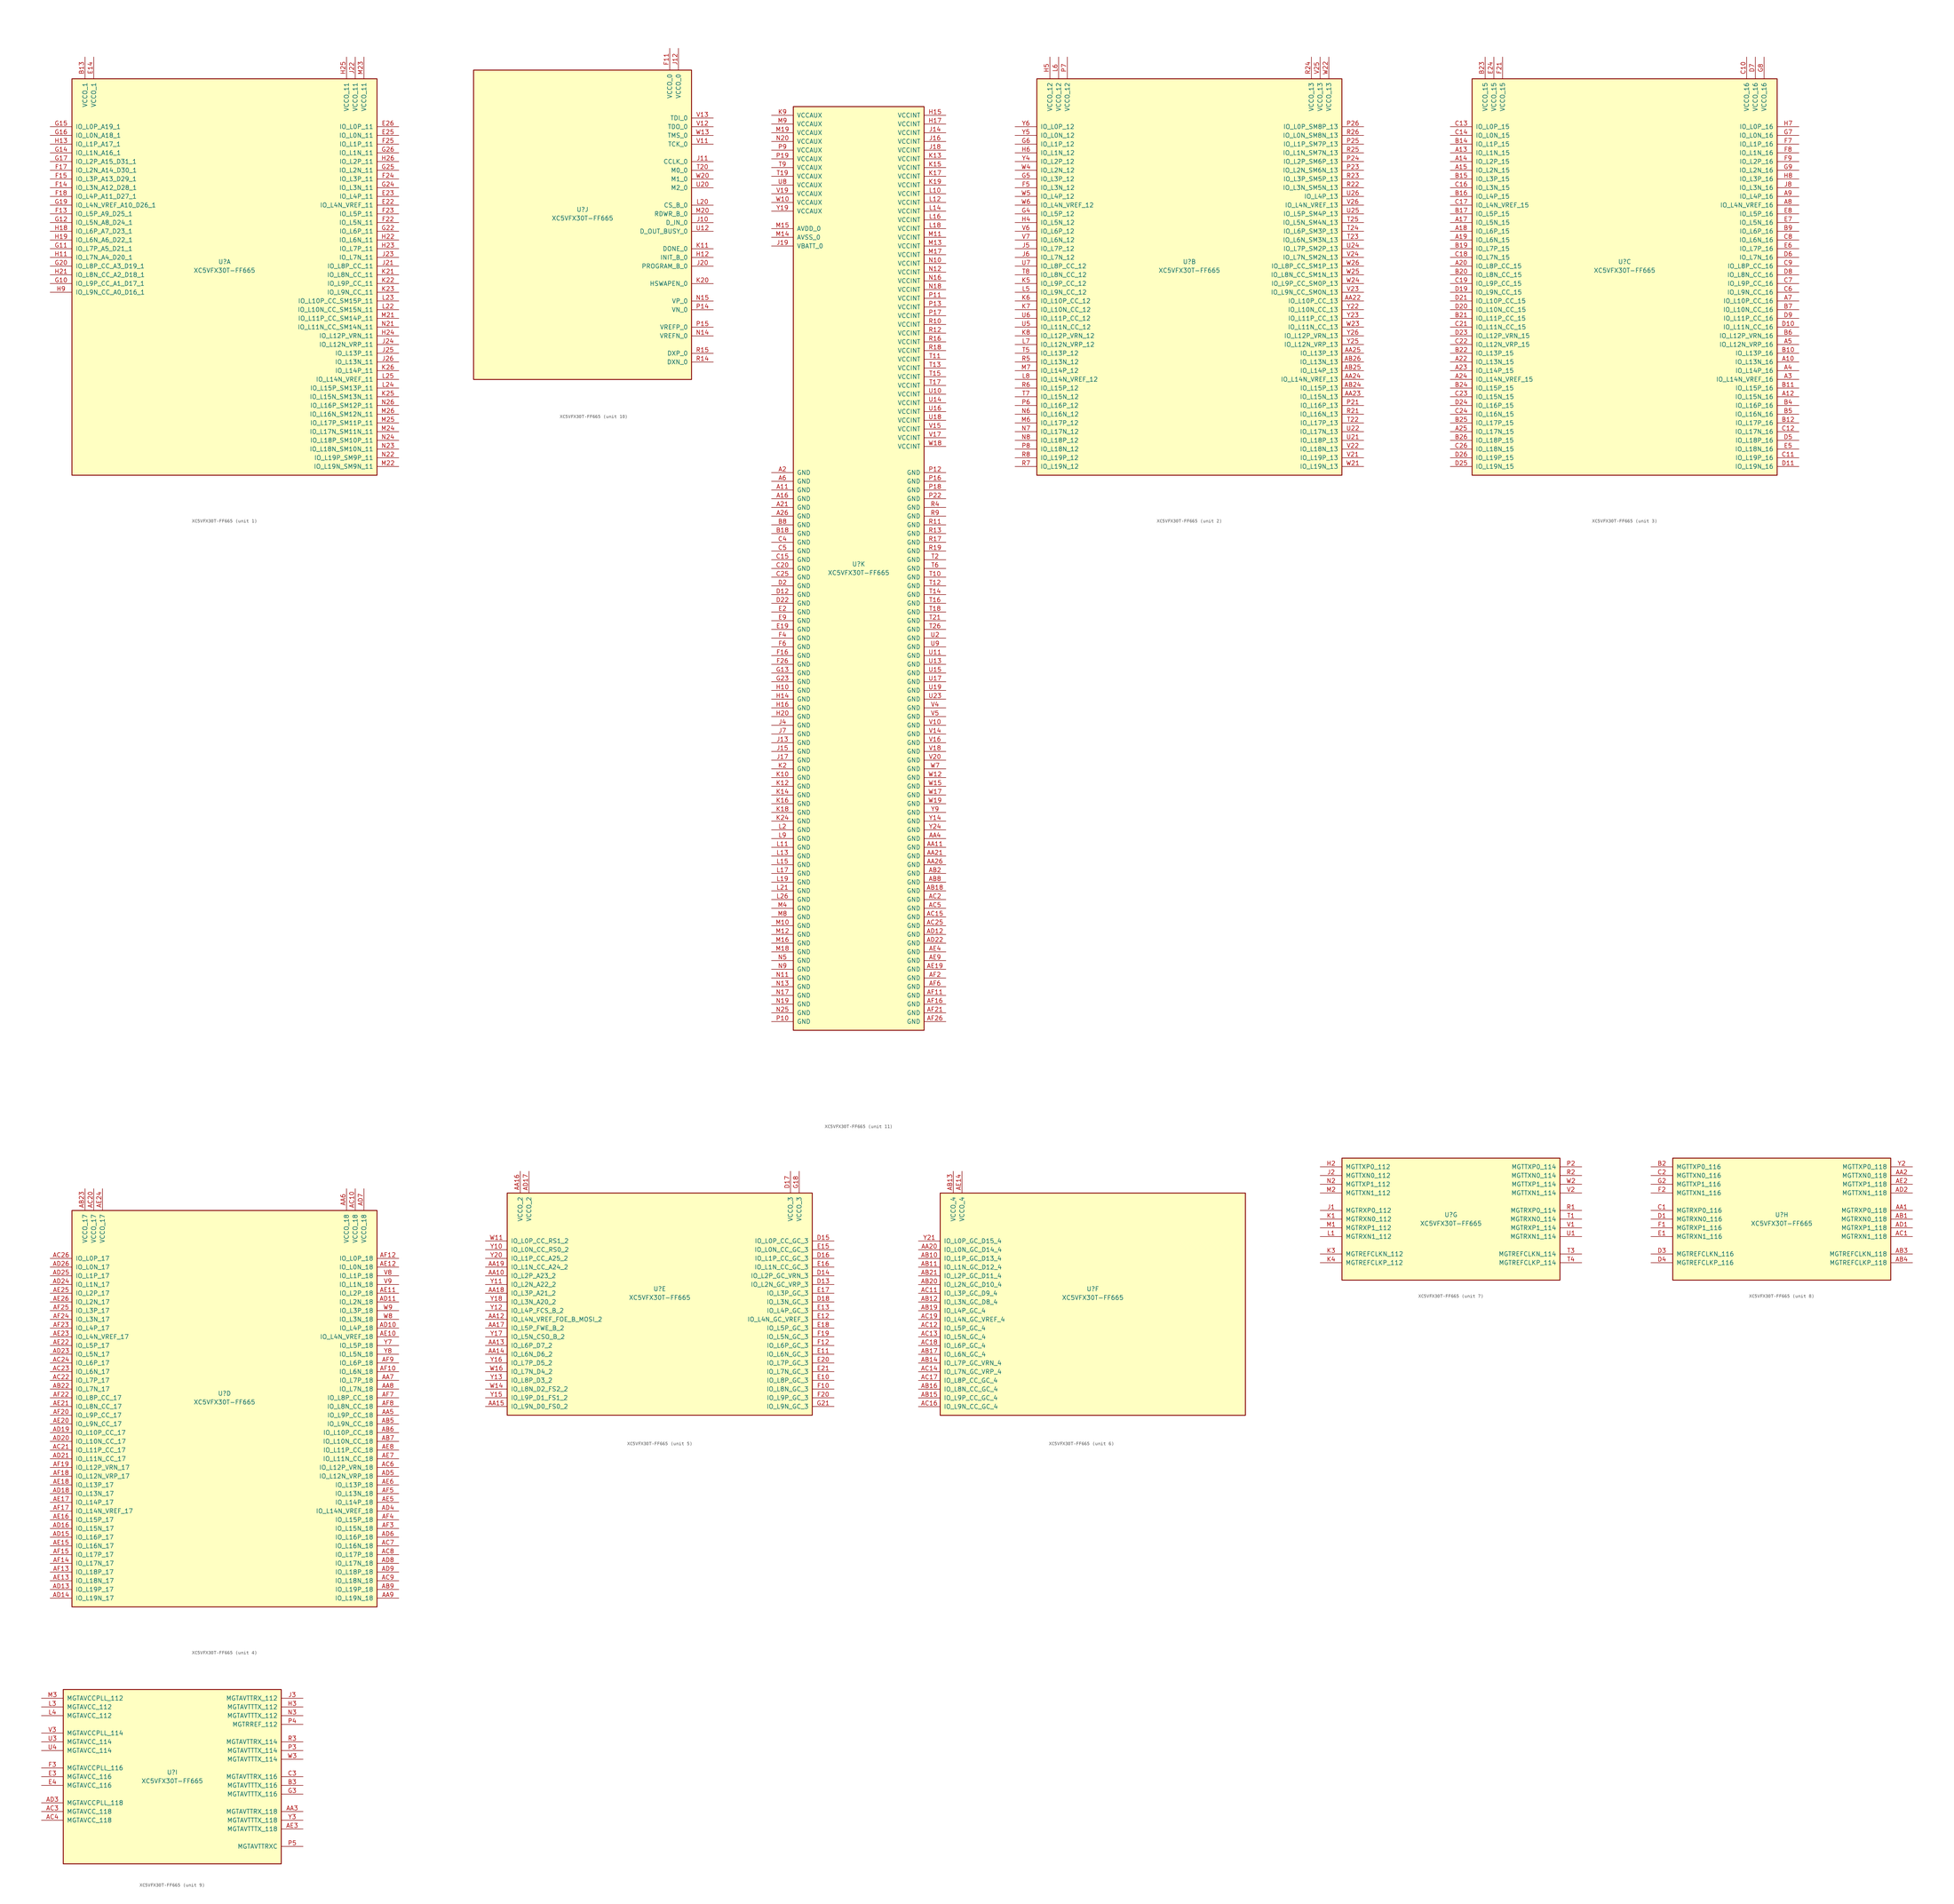
<source format=kicad_sym>
(kicad_symbol_lib
  (version 20211014)
  (generator kicad_symbol_editor)
  (symbol "XC5VFX30T-FF665"
    (pin_names
      (offset 1.016))
    (property "Reference" "U"
      (at 0 1.27 0)
      (effects (font (size 1.27 1.27))))
    (property "Value" "XC5VFX30T-FF665"
      (at 0 -1.27 0)
      (effects (font (size 1.27 1.27))))
    (property "Datasheet" ""
      (at 0 0 0)
      (effects (font (size 1.27 1.27))))
    (property "ki_locked" ""
      (at 0 0 0)
      (effects (font (size 1.27 1.27))))
    (symbol "XC5VFX30T-FF665_1_1"
      (rectangle (start -44.45 54.61) (end 44.45 -60.96) (stroke (width 0.254) (type default) (color 0 0 0 0)) (fill (type background)))
      (pin power_in line (at -40.64 60.96 270) (length 6.35) (name "VCCO_1" (effects (font (size 1.27 1.27)))) (number "B13" (effects (font (size 1.27 1.27)))))
      (pin power_in line (at -38.1 60.96 270) (length 6.35) (name "VCCO_1" (effects (font (size 1.27 1.27)))) (number "E14" (effects (font (size 1.27 1.27)))))
      (pin bidirectional line (at 50.8 17.78 180) (length 6.35) (name "IO_L4N_VREF_11" (effects (font (size 1.27 1.27)))) (number "E22" (effects (font (size 1.27 1.27)))))
      (pin bidirectional line (at 50.8 20.32 180) (length 6.35) (name "IO_L4P_11" (effects (font (size 1.27 1.27)))) (number "E23" (effects (font (size 1.27 1.27)))))
      (pin bidirectional line (at 50.8 38.1 180) (length 6.35) (name "IO_L0N_11" (effects (font (size 1.27 1.27)))) (number "E25" (effects (font (size 1.27 1.27)))))
      (pin bidirectional line (at 50.8 40.64 180) (length 6.35) (name "IO_L0P_11" (effects (font (size 1.27 1.27)))) (number "E26" (effects (font (size 1.27 1.27)))))
      (pin bidirectional line (at -50.8 15.24 0) (length 6.35) (name "IO_L5P_A9_D25_1" (effects (font (size 1.27 1.27)))) (number "F13" (effects (font (size 1.27 1.27)))))
      (pin bidirectional line (at -50.8 22.86 0) (length 6.35) (name "IO_L3N_A12_D28_1" (effects (font (size 1.27 1.27)))) (number "F14" (effects (font (size 1.27 1.27)))))
      (pin bidirectional line (at -50.8 25.4 0) (length 6.35) (name "IO_L3P_A13_D29_1" (effects (font (size 1.27 1.27)))) (number "F15" (effects (font (size 1.27 1.27)))))
      (pin bidirectional line (at -50.8 27.94 0) (length 6.35) (name "IO_L2N_A14_D30_1" (effects (font (size 1.27 1.27)))) (number "F17" (effects (font (size 1.27 1.27)))))
      (pin bidirectional line (at -50.8 20.32 0) (length 6.35) (name "IO_L4P_A11_D27_1" (effects (font (size 1.27 1.27)))) (number "F18" (effects (font (size 1.27 1.27)))))
      (pin bidirectional line (at 50.8 12.7 180) (length 6.35) (name "IO_L5N_11" (effects (font (size 1.27 1.27)))) (number "F22" (effects (font (size 1.27 1.27)))))
      (pin bidirectional line (at 50.8 15.24 180) (length 6.35) (name "IO_L5P_11" (effects (font (size 1.27 1.27)))) (number "F23" (effects (font (size 1.27 1.27)))))
      (pin bidirectional line (at 50.8 25.4 180) (length 6.35) (name "IO_L3P_11" (effects (font (size 1.27 1.27)))) (number "F24" (effects (font (size 1.27 1.27)))))
      (pin bidirectional line (at 50.8 35.56 180) (length 6.35) (name "IO_L1P_11" (effects (font (size 1.27 1.27)))) (number "F25" (effects (font (size 1.27 1.27)))))
      (pin bidirectional line (at -50.8 -5.08 0) (length 6.35) (name "IO_L9P_CC_A1_D17_1" (effects (font (size 1.27 1.27)))) (number "G10" (effects (font (size 1.27 1.27)))))
      (pin bidirectional line (at -50.8 5.08 0) (length 6.35) (name "IO_L7P_A5_D21_1" (effects (font (size 1.27 1.27)))) (number "G11" (effects (font (size 1.27 1.27)))))
      (pin bidirectional line (at -50.8 12.7 0) (length 6.35) (name "IO_L5N_A8_D24_1" (effects (font (size 1.27 1.27)))) (number "G12" (effects (font (size 1.27 1.27)))))
      (pin bidirectional line (at -50.8 33.02 0) (length 6.35) (name "IO_L1N_A16_1" (effects (font (size 1.27 1.27)))) (number "G14" (effects (font (size 1.27 1.27)))))
      (pin bidirectional line (at -50.8 40.64 0) (length 6.35) (name "IO_L0P_A19_1" (effects (font (size 1.27 1.27)))) (number "G15" (effects (font (size 1.27 1.27)))))
      (pin bidirectional line (at -50.8 38.1 0) (length 6.35) (name "IO_L0N_A18_1" (effects (font (size 1.27 1.27)))) (number "G16" (effects (font (size 1.27 1.27)))))
      (pin bidirectional line (at -50.8 30.48 0) (length 6.35) (name "IO_L2P_A15_D31_1" (effects (font (size 1.27 1.27)))) (number "G17" (effects (font (size 1.27 1.27)))))
      (pin bidirectional line (at -50.8 17.78 0) (length 6.35) (name "IO_L4N_VREF_A10_D26_1" (effects (font (size 1.27 1.27)))) (number "G19" (effects (font (size 1.27 1.27)))))
      (pin bidirectional line (at -50.8 0 0) (length 6.35) (name "IO_L8P_CC_A3_D19_1" (effects (font (size 1.27 1.27)))) (number "G20" (effects (font (size 1.27 1.27)))))
      (pin bidirectional line (at 50.8 10.16 180) (length 6.35) (name "IO_L6P_11" (effects (font (size 1.27 1.27)))) (number "G22" (effects (font (size 1.27 1.27)))))
      (pin bidirectional line (at 50.8 22.86 180) (length 6.35) (name "IO_L3N_11" (effects (font (size 1.27 1.27)))) (number "G24" (effects (font (size 1.27 1.27)))))
      (pin bidirectional line (at 50.8 27.94 180) (length 6.35) (name "IO_L2N_11" (effects (font (size 1.27 1.27)))) (number "G25" (effects (font (size 1.27 1.27)))))
      (pin bidirectional line (at 50.8 33.02 180) (length 6.35) (name "IO_L1N_11" (effects (font (size 1.27 1.27)))) (number "G26" (effects (font (size 1.27 1.27)))))
      (pin bidirectional line (at -50.8 2.54 0) (length 6.35) (name "IO_L7N_A4_D20_1" (effects (font (size 1.27 1.27)))) (number "H11" (effects (font (size 1.27 1.27)))))
      (pin bidirectional line (at -50.8 35.56 0) (length 6.35) (name "IO_L1P_A17_1" (effects (font (size 1.27 1.27)))) (number "H13" (effects (font (size 1.27 1.27)))))
      (pin bidirectional line (at -50.8 10.16 0) (length 6.35) (name "IO_L6P_A7_D23_1" (effects (font (size 1.27 1.27)))) (number "H18" (effects (font (size 1.27 1.27)))))
      (pin bidirectional line (at -50.8 7.62 0) (length 6.35) (name "IO_L6N_A6_D22_1" (effects (font (size 1.27 1.27)))) (number "H19" (effects (font (size 1.27 1.27)))))
      (pin bidirectional line (at -50.8 -2.54 0) (length 6.35) (name "IO_L8N_CC_A2_D18_1" (effects (font (size 1.27 1.27)))) (number "H21" (effects (font (size 1.27 1.27)))))
      (pin bidirectional line (at 50.8 7.62 180) (length 6.35) (name "IO_L6N_11" (effects (font (size 1.27 1.27)))) (number "H22" (effects (font (size 1.27 1.27)))))
      (pin bidirectional line (at 50.8 5.08 180) (length 6.35) (name "IO_L7P_11" (effects (font (size 1.27 1.27)))) (number "H23" (effects (font (size 1.27 1.27)))))
      (pin bidirectional line (at 50.8 -20.32 180) (length 6.35) (name "IO_L12P_VRN_11" (effects (font (size 1.27 1.27)))) (number "H24" (effects (font (size 1.27 1.27)))))
      (pin power_in line (at 35.56 60.96 270) (length 6.35) (name "VCCO_11" (effects (font (size 1.27 1.27)))) (number "H25" (effects (font (size 1.27 1.27)))))
      (pin bidirectional line (at 50.8 30.48 180) (length 6.35) (name "IO_L2P_11" (effects (font (size 1.27 1.27)))) (number "H26" (effects (font (size 1.27 1.27)))))
      (pin bidirectional line (at -50.8 -7.62 0) (length 6.35) (name "IO_L9N_CC_A0_D16_1" (effects (font (size 1.27 1.27)))) (number "H9" (effects (font (size 1.27 1.27)))))
      (pin bidirectional line (at 50.8 0 180) (length 6.35) (name "IO_L8P_CC_11" (effects (font (size 1.27 1.27)))) (number "J21" (effects (font (size 1.27 1.27)))))
      (pin power_in line (at 38.1 60.96 270) (length 6.35) (name "VCCO_11" (effects (font (size 1.27 1.27)))) (number "J22" (effects (font (size 1.27 1.27)))))
      (pin bidirectional line (at 50.8 2.54 180) (length 6.35) (name "IO_L7N_11" (effects (font (size 1.27 1.27)))) (number "J23" (effects (font (size 1.27 1.27)))))
      (pin bidirectional line (at 50.8 -22.86 180) (length 6.35) (name "IO_L12N_VRP_11" (effects (font (size 1.27 1.27)))) (number "J24" (effects (font (size 1.27 1.27)))))
      (pin bidirectional line (at 50.8 -25.4 180) (length 6.35) (name "IO_L13P_11" (effects (font (size 1.27 1.27)))) (number "J25" (effects (font (size 1.27 1.27)))))
      (pin bidirectional line (at 50.8 -27.94 180) (length 6.35) (name "IO_L13N_11" (effects (font (size 1.27 1.27)))) (number "J26" (effects (font (size 1.27 1.27)))))
      (pin bidirectional line (at 50.8 -2.54 180) (length 6.35) (name "IO_L8N_CC_11" (effects (font (size 1.27 1.27)))) (number "K21" (effects (font (size 1.27 1.27)))))
      (pin bidirectional line (at 50.8 -5.08 180) (length 6.35) (name "IO_L9P_CC_11" (effects (font (size 1.27 1.27)))) (number "K22" (effects (font (size 1.27 1.27)))))
      (pin bidirectional line (at 50.8 -7.62 180) (length 6.35) (name "IO_L9N_CC_11" (effects (font (size 1.27 1.27)))) (number "K23" (effects (font (size 1.27 1.27)))))
      (pin bidirectional line (at 50.8 -38.1 180) (length 6.35) (name "IO_L15N_SM13N_11" (effects (font (size 1.27 1.27)))) (number "K25" (effects (font (size 1.27 1.27)))))
      (pin bidirectional line (at 50.8 -30.48 180) (length 6.35) (name "IO_L14P_11" (effects (font (size 1.27 1.27)))) (number "K26" (effects (font (size 1.27 1.27)))))
      (pin bidirectional line (at 50.8 -12.7 180) (length 6.35) (name "IO_L10N_CC_SM15N_11" (effects (font (size 1.27 1.27)))) (number "L22" (effects (font (size 1.27 1.27)))))
      (pin bidirectional line (at 50.8 -10.16 180) (length 6.35) (name "IO_L10P_CC_SM15P_11" (effects (font (size 1.27 1.27)))) (number "L23" (effects (font (size 1.27 1.27)))))
      (pin bidirectional line (at 50.8 -35.56 180) (length 6.35) (name "IO_L15P_SM13P_11" (effects (font (size 1.27 1.27)))) (number "L24" (effects (font (size 1.27 1.27)))))
      (pin bidirectional line (at 50.8 -33.02 180) (length 6.35) (name "IO_L14N_VREF_11" (effects (font (size 1.27 1.27)))) (number "L25" (effects (font (size 1.27 1.27)))))
      (pin bidirectional line (at 50.8 -15.24 180) (length 6.35) (name "IO_L11P_CC_SM14P_11" (effects (font (size 1.27 1.27)))) (number "M21" (effects (font (size 1.27 1.27)))))
      (pin bidirectional line (at 50.8 -58.42 180) (length 6.35) (name "IO_L19N_SM9N_11" (effects (font (size 1.27 1.27)))) (number "M22" (effects (font (size 1.27 1.27)))))
      (pin power_in line (at 40.64 60.96 270) (length 6.35) (name "VCCO_11" (effects (font (size 1.27 1.27)))) (number "M23" (effects (font (size 1.27 1.27)))))
      (pin bidirectional line (at 50.8 -48.26 180) (length 6.35) (name "IO_L17N_SM11N_11" (effects (font (size 1.27 1.27)))) (number "M24" (effects (font (size 1.27 1.27)))))
      (pin bidirectional line (at 50.8 -45.72 180) (length 6.35) (name "IO_L17P_SM11P_11" (effects (font (size 1.27 1.27)))) (number "M25" (effects (font (size 1.27 1.27)))))
      (pin bidirectional line (at 50.8 -43.18 180) (length 6.35) (name "IO_L16N_SM12N_11" (effects (font (size 1.27 1.27)))) (number "M26" (effects (font (size 1.27 1.27)))))
      (pin bidirectional line (at 50.8 -17.78 180) (length 6.35) (name "IO_L11N_CC_SM14N_11" (effects (font (size 1.27 1.27)))) (number "N21" (effects (font (size 1.27 1.27)))))
      (pin bidirectional line (at 50.8 -55.88 180) (length 6.35) (name "IO_L19P_SM9P_11" (effects (font (size 1.27 1.27)))) (number "N22" (effects (font (size 1.27 1.27)))))
      (pin bidirectional line (at 50.8 -53.34 180) (length 6.35) (name "IO_L18N_SM10N_11" (effects (font (size 1.27 1.27)))) (number "N23" (effects (font (size 1.27 1.27)))))
      (pin bidirectional line (at 50.8 -50.8 180) (length 6.35) (name "IO_L18P_SM10P_11" (effects (font (size 1.27 1.27)))) (number "N24" (effects (font (size 1.27 1.27)))))
      (pin bidirectional line (at 50.8 -40.64 180) (length 6.35) (name "IO_L16P_SM12P_11" (effects (font (size 1.27 1.27)))) (number "N26" (effects (font (size 1.27 1.27))))))
    (symbol "XC5VFX30T-FF665_2_1"
      (rectangle (start -44.45 54.61) (end 44.45 -60.96) (stroke (width 0.254) (type default) (color 0 0 0 0)) (fill (type background)))
      (pin bidirectional line (at 50.8 -10.16 180) (length 6.35) (name "IO_L10P_CC_13" (effects (font (size 1.27 1.27)))) (number "AA22" (effects (font (size 1.27 1.27)))))
      (pin bidirectional line (at 50.8 -38.1 180) (length 6.35) (name "IO_L15N_13" (effects (font (size 1.27 1.27)))) (number "AA23" (effects (font (size 1.27 1.27)))))
      (pin bidirectional line (at 50.8 -33.02 180) (length 6.35) (name "IO_L14N_VREF_13" (effects (font (size 1.27 1.27)))) (number "AA24" (effects (font (size 1.27 1.27)))))
      (pin bidirectional line (at 50.8 -25.4 180) (length 6.35) (name "IO_L13P_13" (effects (font (size 1.27 1.27)))) (number "AA25" (effects (font (size 1.27 1.27)))))
      (pin bidirectional line (at 50.8 -35.56 180) (length 6.35) (name "IO_L15P_13" (effects (font (size 1.27 1.27)))) (number "AB24" (effects (font (size 1.27 1.27)))))
      (pin bidirectional line (at 50.8 -30.48 180) (length 6.35) (name "IO_L14P_13" (effects (font (size 1.27 1.27)))) (number "AB25" (effects (font (size 1.27 1.27)))))
      (pin bidirectional line (at 50.8 -27.94 180) (length 6.35) (name "IO_L13N_13" (effects (font (size 1.27 1.27)))) (number "AB26" (effects (font (size 1.27 1.27)))))
      (pin bidirectional line (at -50.8 22.86 0) (length 6.35) (name "IO_L3N_12" (effects (font (size 1.27 1.27)))) (number "F5" (effects (font (size 1.27 1.27)))))
      (pin bidirectional line (at -50.8 15.24 0) (length 6.35) (name "IO_L5P_12" (effects (font (size 1.27 1.27)))) (number "G4" (effects (font (size 1.27 1.27)))))
      (pin bidirectional line (at -50.8 25.4 0) (length 6.35) (name "IO_L3P_12" (effects (font (size 1.27 1.27)))) (number "G5" (effects (font (size 1.27 1.27)))))
      (pin bidirectional line (at -50.8 35.56 0) (length 6.35) (name "IO_L1P_12" (effects (font (size 1.27 1.27)))) (number "G6" (effects (font (size 1.27 1.27)))))
      (pin bidirectional line (at -50.8 12.7 0) (length 6.35) (name "IO_L5N_12" (effects (font (size 1.27 1.27)))) (number "H4" (effects (font (size 1.27 1.27)))))
      (pin power_in line (at -40.64 60.96 270) (length 6.35) (name "VCCO_12" (effects (font (size 1.27 1.27)))) (number "H5" (effects (font (size 1.27 1.27)))))
      (pin bidirectional line (at -50.8 33.02 0) (length 6.35) (name "IO_L1N_12" (effects (font (size 1.27 1.27)))) (number "H6" (effects (font (size 1.27 1.27)))))
      (pin bidirectional line (at -50.8 5.08 0) (length 6.35) (name "IO_L7P_12" (effects (font (size 1.27 1.27)))) (number "J5" (effects (font (size 1.27 1.27)))))
      (pin bidirectional line (at -50.8 2.54 0) (length 6.35) (name "IO_L7N_12" (effects (font (size 1.27 1.27)))) (number "J6" (effects (font (size 1.27 1.27)))))
      (pin bidirectional line (at -50.8 -5.08 0) (length 6.35) (name "IO_L9P_CC_12" (effects (font (size 1.27 1.27)))) (number "K5" (effects (font (size 1.27 1.27)))))
      (pin bidirectional line (at -50.8 -10.16 0) (length 6.35) (name "IO_L10P_CC_12" (effects (font (size 1.27 1.27)))) (number "K6" (effects (font (size 1.27 1.27)))))
      (pin bidirectional line (at -50.8 -12.7 0) (length 6.35) (name "IO_L10N_CC_12" (effects (font (size 1.27 1.27)))) (number "K7" (effects (font (size 1.27 1.27)))))
      (pin bidirectional line (at -50.8 -20.32 0) (length 6.35) (name "IO_L12P_VRN_12" (effects (font (size 1.27 1.27)))) (number "K8" (effects (font (size 1.27 1.27)))))
      (pin bidirectional line (at -50.8 -7.62 0) (length 6.35) (name "IO_L9N_CC_12" (effects (font (size 1.27 1.27)))) (number "L5" (effects (font (size 1.27 1.27)))))
      (pin power_in line (at -38.1 60.96 270) (length 6.35) (name "VCCO_12" (effects (font (size 1.27 1.27)))) (number "L6" (effects (font (size 1.27 1.27)))))
      (pin bidirectional line (at -50.8 -22.86 0) (length 6.35) (name "IO_L12N_VRP_12" (effects (font (size 1.27 1.27)))) (number "L7" (effects (font (size 1.27 1.27)))))
      (pin bidirectional line (at -50.8 -33.02 0) (length 6.35) (name "IO_L14N_VREF_12" (effects (font (size 1.27 1.27)))) (number "L8" (effects (font (size 1.27 1.27)))))
      (pin bidirectional line (at -50.8 -45.72 0) (length 6.35) (name "IO_L17P_12" (effects (font (size 1.27 1.27)))) (number "M6" (effects (font (size 1.27 1.27)))))
      (pin bidirectional line (at -50.8 -30.48 0) (length 6.35) (name "IO_L14P_12" (effects (font (size 1.27 1.27)))) (number "M7" (effects (font (size 1.27 1.27)))))
      (pin bidirectional line (at -50.8 -43.18 0) (length 6.35) (name "IO_L16N_12" (effects (font (size 1.27 1.27)))) (number "N6" (effects (font (size 1.27 1.27)))))
      (pin bidirectional line (at -50.8 -48.26 0) (length 6.35) (name "IO_L17N_12" (effects (font (size 1.27 1.27)))) (number "N7" (effects (font (size 1.27 1.27)))))
      (pin bidirectional line (at -50.8 -50.8 0) (length 6.35) (name "IO_L18P_12" (effects (font (size 1.27 1.27)))) (number "N8" (effects (font (size 1.27 1.27)))))
      (pin bidirectional line (at 50.8 -40.64 180) (length 6.35) (name "IO_L16P_13" (effects (font (size 1.27 1.27)))) (number "P21" (effects (font (size 1.27 1.27)))))
      (pin bidirectional line (at 50.8 27.94 180) (length 6.35) (name "IO_L2N_SM6N_13" (effects (font (size 1.27 1.27)))) (number "P23" (effects (font (size 1.27 1.27)))))
      (pin bidirectional line (at 50.8 30.48 180) (length 6.35) (name "IO_L2P_SM6P_13" (effects (font (size 1.27 1.27)))) (number "P24" (effects (font (size 1.27 1.27)))))
      (pin bidirectional line (at 50.8 35.56 180) (length 6.35) (name "IO_L1P_SM7P_13" (effects (font (size 1.27 1.27)))) (number "P25" (effects (font (size 1.27 1.27)))))
      (pin bidirectional line (at 50.8 40.64 180) (length 6.35) (name "IO_L0P_SM8P_13" (effects (font (size 1.27 1.27)))) (number "P26" (effects (font (size 1.27 1.27)))))
      (pin bidirectional line (at -50.8 -40.64 0) (length 6.35) (name "IO_L16P_12" (effects (font (size 1.27 1.27)))) (number "P6" (effects (font (size 1.27 1.27)))))
      (pin power_in line (at -35.56 60.96 270) (length 6.35) (name "VCCO_12" (effects (font (size 1.27 1.27)))) (number "P7" (effects (font (size 1.27 1.27)))))
      (pin bidirectional line (at -50.8 -53.34 0) (length 6.35) (name "IO_L18N_12" (effects (font (size 1.27 1.27)))) (number "P8" (effects (font (size 1.27 1.27)))))
      (pin bidirectional line (at 50.8 -43.18 180) (length 6.35) (name "IO_L16N_13" (effects (font (size 1.27 1.27)))) (number "R21" (effects (font (size 1.27 1.27)))))
      (pin bidirectional line (at 50.8 22.86 180) (length 6.35) (name "IO_L3N_SM5N_13" (effects (font (size 1.27 1.27)))) (number "R22" (effects (font (size 1.27 1.27)))))
      (pin bidirectional line (at 50.8 25.4 180) (length 6.35) (name "IO_L3P_SM5P_13" (effects (font (size 1.27 1.27)))) (number "R23" (effects (font (size 1.27 1.27)))))
      (pin power_in line (at 35.56 60.96 270) (length 6.35) (name "VCCO_13" (effects (font (size 1.27 1.27)))) (number "R24" (effects (font (size 1.27 1.27)))))
      (pin bidirectional line (at 50.8 33.02 180) (length 6.35) (name "IO_L1N_SM7N_13" (effects (font (size 1.27 1.27)))) (number "R25" (effects (font (size 1.27 1.27)))))
      (pin bidirectional line (at 50.8 38.1 180) (length 6.35) (name "IO_L0N_SM8N_13" (effects (font (size 1.27 1.27)))) (number "R26" (effects (font (size 1.27 1.27)))))
      (pin bidirectional line (at -50.8 -27.94 0) (length 6.35) (name "IO_L13N_12" (effects (font (size 1.27 1.27)))) (number "R5" (effects (font (size 1.27 1.27)))))
      (pin bidirectional line (at -50.8 -35.56 0) (length 6.35) (name "IO_L15P_12" (effects (font (size 1.27 1.27)))) (number "R6" (effects (font (size 1.27 1.27)))))
      (pin bidirectional line (at -50.8 -58.42 0) (length 6.35) (name "IO_L19N_12" (effects (font (size 1.27 1.27)))) (number "R7" (effects (font (size 1.27 1.27)))))
      (pin bidirectional line (at -50.8 -55.88 0) (length 6.35) (name "IO_L19P_12" (effects (font (size 1.27 1.27)))) (number "R8" (effects (font (size 1.27 1.27)))))
      (pin bidirectional line (at 50.8 -45.72 180) (length 6.35) (name "IO_L17P_13" (effects (font (size 1.27 1.27)))) (number "T22" (effects (font (size 1.27 1.27)))))
      (pin bidirectional line (at 50.8 7.62 180) (length 6.35) (name "IO_L6N_SM3N_13" (effects (font (size 1.27 1.27)))) (number "T23" (effects (font (size 1.27 1.27)))))
      (pin bidirectional line (at 50.8 10.16 180) (length 6.35) (name "IO_L6P_SM3P_13" (effects (font (size 1.27 1.27)))) (number "T24" (effects (font (size 1.27 1.27)))))
      (pin bidirectional line (at 50.8 12.7 180) (length 6.35) (name "IO_L5N_SM4N_13" (effects (font (size 1.27 1.27)))) (number "T25" (effects (font (size 1.27 1.27)))))
      (pin bidirectional line (at -50.8 -25.4 0) (length 6.35) (name "IO_L13P_12" (effects (font (size 1.27 1.27)))) (number "T5" (effects (font (size 1.27 1.27)))))
      (pin bidirectional line (at -50.8 -38.1 0) (length 6.35) (name "IO_L15N_12" (effects (font (size 1.27 1.27)))) (number "T7" (effects (font (size 1.27 1.27)))))
      (pin bidirectional line (at -50.8 -2.54 0) (length 6.35) (name "IO_L8N_CC_12" (effects (font (size 1.27 1.27)))) (number "T8" (effects (font (size 1.27 1.27)))))
      (pin bidirectional line (at 50.8 -50.8 180) (length 6.35) (name "IO_L18P_13" (effects (font (size 1.27 1.27)))) (number "U21" (effects (font (size 1.27 1.27)))))
      (pin bidirectional line (at 50.8 -48.26 180) (length 6.35) (name "IO_L17N_13" (effects (font (size 1.27 1.27)))) (number "U22" (effects (font (size 1.27 1.27)))))
      (pin bidirectional line (at 50.8 5.08 180) (length 6.35) (name "IO_L7P_SM2P_13" (effects (font (size 1.27 1.27)))) (number "U24" (effects (font (size 1.27 1.27)))))
      (pin bidirectional line (at 50.8 15.24 180) (length 6.35) (name "IO_L5P_SM4P_13" (effects (font (size 1.27 1.27)))) (number "U25" (effects (font (size 1.27 1.27)))))
      (pin bidirectional line (at 50.8 20.32 180) (length 6.35) (name "IO_L4P_13" (effects (font (size 1.27 1.27)))) (number "U26" (effects (font (size 1.27 1.27)))))
      (pin bidirectional line (at -50.8 -17.78 0) (length 6.35) (name "IO_L11N_CC_12" (effects (font (size 1.27 1.27)))) (number "U5" (effects (font (size 1.27 1.27)))))
      (pin bidirectional line (at -50.8 -15.24 0) (length 6.35) (name "IO_L11P_CC_12" (effects (font (size 1.27 1.27)))) (number "U6" (effects (font (size 1.27 1.27)))))
      (pin bidirectional line (at -50.8 0 0) (length 6.35) (name "IO_L8P_CC_12" (effects (font (size 1.27 1.27)))) (number "U7" (effects (font (size 1.27 1.27)))))
      (pin bidirectional line (at 50.8 -55.88 180) (length 6.35) (name "IO_L19P_13" (effects (font (size 1.27 1.27)))) (number "V21" (effects (font (size 1.27 1.27)))))
      (pin bidirectional line (at 50.8 -53.34 180) (length 6.35) (name "IO_L18N_13" (effects (font (size 1.27 1.27)))) (number "V22" (effects (font (size 1.27 1.27)))))
      (pin bidirectional line (at 50.8 -7.62 180) (length 6.35) (name "IO_L9N_CC_SM0N_13" (effects (font (size 1.27 1.27)))) (number "V23" (effects (font (size 1.27 1.27)))))
      (pin bidirectional line (at 50.8 2.54 180) (length 6.35) (name "IO_L7N_SM2N_13" (effects (font (size 1.27 1.27)))) (number "V24" (effects (font (size 1.27 1.27)))))
      (pin power_in line (at 38.1 60.96 270) (length 6.35) (name "VCCO_13" (effects (font (size 1.27 1.27)))) (number "V25" (effects (font (size 1.27 1.27)))))
      (pin bidirectional line (at 50.8 17.78 180) (length 6.35) (name "IO_L4N_VREF_13" (effects (font (size 1.27 1.27)))) (number "V26" (effects (font (size 1.27 1.27)))))
      (pin bidirectional line (at -50.8 10.16 0) (length 6.35) (name "IO_L6P_12" (effects (font (size 1.27 1.27)))) (number "V6" (effects (font (size 1.27 1.27)))))
      (pin bidirectional line (at -50.8 7.62 0) (length 6.35) (name "IO_L6N_12" (effects (font (size 1.27 1.27)))) (number "V7" (effects (font (size 1.27 1.27)))))
      (pin bidirectional line (at 50.8 -58.42 180) (length 6.35) (name "IO_L19N_13" (effects (font (size 1.27 1.27)))) (number "W21" (effects (font (size 1.27 1.27)))))
      (pin power_in line (at 40.64 60.96 270) (length 6.35) (name "VCCO_13" (effects (font (size 1.27 1.27)))) (number "W22" (effects (font (size 1.27 1.27)))))
      (pin bidirectional line (at 50.8 -17.78 180) (length 6.35) (name "IO_L11N_CC_13" (effects (font (size 1.27 1.27)))) (number "W23" (effects (font (size 1.27 1.27)))))
      (pin bidirectional line (at 50.8 -5.08 180) (length 6.35) (name "IO_L9P_CC_SM0P_13" (effects (font (size 1.27 1.27)))) (number "W24" (effects (font (size 1.27 1.27)))))
      (pin bidirectional line (at 50.8 -2.54 180) (length 6.35) (name "IO_L8N_CC_SM1N_13" (effects (font (size 1.27 1.27)))) (number "W25" (effects (font (size 1.27 1.27)))))
      (pin bidirectional line (at 50.8 0 180) (length 6.35) (name "IO_L8P_CC_SM1P_13" (effects (font (size 1.27 1.27)))) (number "W26" (effects (font (size 1.27 1.27)))))
      (pin bidirectional line (at -50.8 27.94 0) (length 6.35) (name "IO_L2N_12" (effects (font (size 1.27 1.27)))) (number "W4" (effects (font (size 1.27 1.27)))))
      (pin bidirectional line (at -50.8 20.32 0) (length 6.35) (name "IO_L4P_12" (effects (font (size 1.27 1.27)))) (number "W5" (effects (font (size 1.27 1.27)))))
      (pin bidirectional line (at -50.8 17.78 0) (length 6.35) (name "IO_L4N_VREF_12" (effects (font (size 1.27 1.27)))) (number "W6" (effects (font (size 1.27 1.27)))))
      (pin bidirectional line (at 50.8 -12.7 180) (length 6.35) (name "IO_L10N_CC_13" (effects (font (size 1.27 1.27)))) (number "Y22" (effects (font (size 1.27 1.27)))))
      (pin bidirectional line (at 50.8 -15.24 180) (length 6.35) (name "IO_L11P_CC_13" (effects (font (size 1.27 1.27)))) (number "Y23" (effects (font (size 1.27 1.27)))))
      (pin bidirectional line (at 50.8 -22.86 180) (length 6.35) (name "IO_L12N_VRP_13" (effects (font (size 1.27 1.27)))) (number "Y25" (effects (font (size 1.27 1.27)))))
      (pin bidirectional line (at 50.8 -20.32 180) (length 6.35) (name "IO_L12P_VRN_13" (effects (font (size 1.27 1.27)))) (number "Y26" (effects (font (size 1.27 1.27)))))
      (pin bidirectional line (at -50.8 30.48 0) (length 6.35) (name "IO_L2P_12" (effects (font (size 1.27 1.27)))) (number "Y4" (effects (font (size 1.27 1.27)))))
      (pin bidirectional line (at -50.8 38.1 0) (length 6.35) (name "IO_L0N_12" (effects (font (size 1.27 1.27)))) (number "Y5" (effects (font (size 1.27 1.27)))))
      (pin bidirectional line (at -50.8 40.64 0) (length 6.35) (name "IO_L0P_12" (effects (font (size 1.27 1.27)))) (number "Y6" (effects (font (size 1.27 1.27))))))
    (symbol "XC5VFX30T-FF665_3_1"
      (rectangle (start -44.45 54.61) (end 44.45 -60.96) (stroke (width 0.254) (type default) (color 0 0 0 0)) (fill (type background)))
      (pin bidirectional line (at 50.8 -27.94 180) (length 6.35) (name "IO_L13N_16" (effects (font (size 1.27 1.27)))) (number "A10" (effects (font (size 1.27 1.27)))))
      (pin bidirectional line (at 50.8 -38.1 180) (length 6.35) (name "IO_L15N_16" (effects (font (size 1.27 1.27)))) (number "A12" (effects (font (size 1.27 1.27)))))
      (pin bidirectional line (at -50.8 33.02 0) (length 6.35) (name "IO_L1N_15" (effects (font (size 1.27 1.27)))) (number "A13" (effects (font (size 1.27 1.27)))))
      (pin bidirectional line (at -50.8 30.48 0) (length 6.35) (name "IO_L2P_15" (effects (font (size 1.27 1.27)))) (number "A14" (effects (font (size 1.27 1.27)))))
      (pin bidirectional line (at -50.8 27.94 0) (length 6.35) (name "IO_L2N_15" (effects (font (size 1.27 1.27)))) (number "A15" (effects (font (size 1.27 1.27)))))
      (pin bidirectional line (at -50.8 12.7 0) (length 6.35) (name "IO_L5N_15" (effects (font (size 1.27 1.27)))) (number "A17" (effects (font (size 1.27 1.27)))))
      (pin bidirectional line (at -50.8 10.16 0) (length 6.35) (name "IO_L6P_15" (effects (font (size 1.27 1.27)))) (number "A18" (effects (font (size 1.27 1.27)))))
      (pin bidirectional line (at -50.8 7.62 0) (length 6.35) (name "IO_L6N_15" (effects (font (size 1.27 1.27)))) (number "A19" (effects (font (size 1.27 1.27)))))
      (pin bidirectional line (at -50.8 0 0) (length 6.35) (name "IO_L8P_CC_15" (effects (font (size 1.27 1.27)))) (number "A20" (effects (font (size 1.27 1.27)))))
      (pin bidirectional line (at -50.8 -27.94 0) (length 6.35) (name "IO_L13N_15" (effects (font (size 1.27 1.27)))) (number "A22" (effects (font (size 1.27 1.27)))))
      (pin bidirectional line (at -50.8 -30.48 0) (length 6.35) (name "IO_L14P_15" (effects (font (size 1.27 1.27)))) (number "A23" (effects (font (size 1.27 1.27)))))
      (pin bidirectional line (at -50.8 -33.02 0) (length 6.35) (name "IO_L14N_VREF_15" (effects (font (size 1.27 1.27)))) (number "A24" (effects (font (size 1.27 1.27)))))
      (pin bidirectional line (at -50.8 -48.26 0) (length 6.35) (name "IO_L17N_15" (effects (font (size 1.27 1.27)))) (number "A25" (effects (font (size 1.27 1.27)))))
      (pin bidirectional line (at 50.8 -33.02 180) (length 6.35) (name "IO_L14N_VREF_16" (effects (font (size 1.27 1.27)))) (number "A3" (effects (font (size 1.27 1.27)))))
      (pin bidirectional line (at 50.8 -30.48 180) (length 6.35) (name "IO_L14P_16" (effects (font (size 1.27 1.27)))) (number "A4" (effects (font (size 1.27 1.27)))))
      (pin bidirectional line (at 50.8 -22.86 180) (length 6.35) (name "IO_L12N_VRP_16" (effects (font (size 1.27 1.27)))) (number "A5" (effects (font (size 1.27 1.27)))))
      (pin bidirectional line (at 50.8 -10.16 180) (length 6.35) (name "IO_L10P_CC_16" (effects (font (size 1.27 1.27)))) (number "A7" (effects (font (size 1.27 1.27)))))
      (pin bidirectional line (at 50.8 17.78 180) (length 6.35) (name "IO_L4N_VREF_16" (effects (font (size 1.27 1.27)))) (number "A8" (effects (font (size 1.27 1.27)))))
      (pin bidirectional line (at 50.8 20.32 180) (length 6.35) (name "IO_L4P_16" (effects (font (size 1.27 1.27)))) (number "A9" (effects (font (size 1.27 1.27)))))
      (pin bidirectional line (at 50.8 -25.4 180) (length 6.35) (name "IO_L13P_16" (effects (font (size 1.27 1.27)))) (number "B10" (effects (font (size 1.27 1.27)))))
      (pin bidirectional line (at 50.8 -35.56 180) (length 6.35) (name "IO_L15P_16" (effects (font (size 1.27 1.27)))) (number "B11" (effects (font (size 1.27 1.27)))))
      (pin bidirectional line (at 50.8 -45.72 180) (length 6.35) (name "IO_L17P_16" (effects (font (size 1.27 1.27)))) (number "B12" (effects (font (size 1.27 1.27)))))
      (pin bidirectional line (at -50.8 35.56 0) (length 6.35) (name "IO_L1P_15" (effects (font (size 1.27 1.27)))) (number "B14" (effects (font (size 1.27 1.27)))))
      (pin bidirectional line (at -50.8 25.4 0) (length 6.35) (name "IO_L3P_15" (effects (font (size 1.27 1.27)))) (number "B15" (effects (font (size 1.27 1.27)))))
      (pin bidirectional line (at -50.8 20.32 0) (length 6.35) (name "IO_L4P_15" (effects (font (size 1.27 1.27)))) (number "B16" (effects (font (size 1.27 1.27)))))
      (pin bidirectional line (at -50.8 15.24 0) (length 6.35) (name "IO_L5P_15" (effects (font (size 1.27 1.27)))) (number "B17" (effects (font (size 1.27 1.27)))))
      (pin bidirectional line (at -50.8 5.08 0) (length 6.35) (name "IO_L7P_15" (effects (font (size 1.27 1.27)))) (number "B19" (effects (font (size 1.27 1.27)))))
      (pin bidirectional line (at -50.8 -2.54 0) (length 6.35) (name "IO_L8N_CC_15" (effects (font (size 1.27 1.27)))) (number "B20" (effects (font (size 1.27 1.27)))))
      (pin bidirectional line (at -50.8 -15.24 0) (length 6.35) (name "IO_L11P_CC_15" (effects (font (size 1.27 1.27)))) (number "B21" (effects (font (size 1.27 1.27)))))
      (pin bidirectional line (at -50.8 -25.4 0) (length 6.35) (name "IO_L13P_15" (effects (font (size 1.27 1.27)))) (number "B22" (effects (font (size 1.27 1.27)))))
      (pin power_in line (at -40.64 60.96 270) (length 6.35) (name "VCCO_15" (effects (font (size 1.27 1.27)))) (number "B23" (effects (font (size 1.27 1.27)))))
      (pin bidirectional line (at -50.8 -35.56 0) (length 6.35) (name "IO_L15P_15" (effects (font (size 1.27 1.27)))) (number "B24" (effects (font (size 1.27 1.27)))))
      (pin bidirectional line (at -50.8 -45.72 0) (length 6.35) (name "IO_L17P_15" (effects (font (size 1.27 1.27)))) (number "B25" (effects (font (size 1.27 1.27)))))
      (pin bidirectional line (at -50.8 -50.8 0) (length 6.35) (name "IO_L18P_15" (effects (font (size 1.27 1.27)))) (number "B26" (effects (font (size 1.27 1.27)))))
      (pin bidirectional line (at 50.8 -40.64 180) (length 6.35) (name "IO_L16P_16" (effects (font (size 1.27 1.27)))) (number "B4" (effects (font (size 1.27 1.27)))))
      (pin bidirectional line (at 50.8 -43.18 180) (length 6.35) (name "IO_L16N_16" (effects (font (size 1.27 1.27)))) (number "B5" (effects (font (size 1.27 1.27)))))
      (pin bidirectional line (at 50.8 -20.32 180) (length 6.35) (name "IO_L12P_VRN_16" (effects (font (size 1.27 1.27)))) (number "B6" (effects (font (size 1.27 1.27)))))
      (pin bidirectional line (at 50.8 -12.7 180) (length 6.35) (name "IO_L10N_CC_16" (effects (font (size 1.27 1.27)))) (number "B7" (effects (font (size 1.27 1.27)))))
      (pin bidirectional line (at 50.8 10.16 180) (length 6.35) (name "IO_L6P_16" (effects (font (size 1.27 1.27)))) (number "B9" (effects (font (size 1.27 1.27)))))
      (pin power_in line (at 35.56 60.96 270) (length 6.35) (name "VCCO_16" (effects (font (size 1.27 1.27)))) (number "C10" (effects (font (size 1.27 1.27)))))
      (pin bidirectional line (at 50.8 -55.88 180) (length 6.35) (name "IO_L19P_16" (effects (font (size 1.27 1.27)))) (number "C11" (effects (font (size 1.27 1.27)))))
      (pin bidirectional line (at 50.8 -48.26 180) (length 6.35) (name "IO_L17N_16" (effects (font (size 1.27 1.27)))) (number "C12" (effects (font (size 1.27 1.27)))))
      (pin bidirectional line (at -50.8 40.64 0) (length 6.35) (name "IO_L0P_15" (effects (font (size 1.27 1.27)))) (number "C13" (effects (font (size 1.27 1.27)))))
      (pin bidirectional line (at -50.8 38.1 0) (length 6.35) (name "IO_L0N_15" (effects (font (size 1.27 1.27)))) (number "C14" (effects (font (size 1.27 1.27)))))
      (pin bidirectional line (at -50.8 22.86 0) (length 6.35) (name "IO_L3N_15" (effects (font (size 1.27 1.27)))) (number "C16" (effects (font (size 1.27 1.27)))))
      (pin bidirectional line (at -50.8 17.78 0) (length 6.35) (name "IO_L4N_VREF_15" (effects (font (size 1.27 1.27)))) (number "C17" (effects (font (size 1.27 1.27)))))
      (pin bidirectional line (at -50.8 2.54 0) (length 6.35) (name "IO_L7N_15" (effects (font (size 1.27 1.27)))) (number "C18" (effects (font (size 1.27 1.27)))))
      (pin bidirectional line (at -50.8 -5.08 0) (length 6.35) (name "IO_L9P_CC_15" (effects (font (size 1.27 1.27)))) (number "C19" (effects (font (size 1.27 1.27)))))
      (pin bidirectional line (at -50.8 -17.78 0) (length 6.35) (name "IO_L11N_CC_15" (effects (font (size 1.27 1.27)))) (number "C21" (effects (font (size 1.27 1.27)))))
      (pin bidirectional line (at -50.8 -22.86 0) (length 6.35) (name "IO_L12N_VRP_15" (effects (font (size 1.27 1.27)))) (number "C22" (effects (font (size 1.27 1.27)))))
      (pin bidirectional line (at -50.8 -38.1 0) (length 6.35) (name "IO_L15N_15" (effects (font (size 1.27 1.27)))) (number "C23" (effects (font (size 1.27 1.27)))))
      (pin bidirectional line (at -50.8 -43.18 0) (length 6.35) (name "IO_L16N_15" (effects (font (size 1.27 1.27)))) (number "C24" (effects (font (size 1.27 1.27)))))
      (pin bidirectional line (at -50.8 -53.34 0) (length 6.35) (name "IO_L18N_15" (effects (font (size 1.27 1.27)))) (number "C26" (effects (font (size 1.27 1.27)))))
      (pin bidirectional line (at 50.8 -7.62 180) (length 6.35) (name "IO_L9N_CC_16" (effects (font (size 1.27 1.27)))) (number "C6" (effects (font (size 1.27 1.27)))))
      (pin bidirectional line (at 50.8 -5.08 180) (length 6.35) (name "IO_L9P_CC_16" (effects (font (size 1.27 1.27)))) (number "C7" (effects (font (size 1.27 1.27)))))
      (pin bidirectional line (at 50.8 7.62 180) (length 6.35) (name "IO_L6N_16" (effects (font (size 1.27 1.27)))) (number "C8" (effects (font (size 1.27 1.27)))))
      (pin bidirectional line (at 50.8 0 180) (length 6.35) (name "IO_L8P_CC_16" (effects (font (size 1.27 1.27)))) (number "C9" (effects (font (size 1.27 1.27)))))
      (pin bidirectional line (at 50.8 -17.78 180) (length 6.35) (name "IO_L11N_CC_16" (effects (font (size 1.27 1.27)))) (number "D10" (effects (font (size 1.27 1.27)))))
      (pin bidirectional line (at 50.8 -58.42 180) (length 6.35) (name "IO_L19N_16" (effects (font (size 1.27 1.27)))) (number "D11" (effects (font (size 1.27 1.27)))))
      (pin bidirectional line (at -50.8 -7.62 0) (length 6.35) (name "IO_L9N_CC_15" (effects (font (size 1.27 1.27)))) (number "D19" (effects (font (size 1.27 1.27)))))
      (pin bidirectional line (at -50.8 -12.7 0) (length 6.35) (name "IO_L10N_CC_15" (effects (font (size 1.27 1.27)))) (number "D20" (effects (font (size 1.27 1.27)))))
      (pin bidirectional line (at -50.8 -10.16 0) (length 6.35) (name "IO_L10P_CC_15" (effects (font (size 1.27 1.27)))) (number "D21" (effects (font (size 1.27 1.27)))))
      (pin bidirectional line (at -50.8 -20.32 0) (length 6.35) (name "IO_L12P_VRN_15" (effects (font (size 1.27 1.27)))) (number "D23" (effects (font (size 1.27 1.27)))))
      (pin bidirectional line (at -50.8 -40.64 0) (length 6.35) (name "IO_L16P_15" (effects (font (size 1.27 1.27)))) (number "D24" (effects (font (size 1.27 1.27)))))
      (pin bidirectional line (at -50.8 -58.42 0) (length 6.35) (name "IO_L19N_15" (effects (font (size 1.27 1.27)))) (number "D25" (effects (font (size 1.27 1.27)))))
      (pin bidirectional line (at -50.8 -55.88 0) (length 6.35) (name "IO_L19P_15" (effects (font (size 1.27 1.27)))) (number "D26" (effects (font (size 1.27 1.27)))))
      (pin bidirectional line (at 50.8 -50.8 180) (length 6.35) (name "IO_L18P_16" (effects (font (size 1.27 1.27)))) (number "D5" (effects (font (size 1.27 1.27)))))
      (pin bidirectional line (at 50.8 2.54 180) (length 6.35) (name "IO_L7N_16" (effects (font (size 1.27 1.27)))) (number "D6" (effects (font (size 1.27 1.27)))))
      (pin power_in line (at 38.1 60.96 270) (length 6.35) (name "VCCO_16" (effects (font (size 1.27 1.27)))) (number "D7" (effects (font (size 1.27 1.27)))))
      (pin bidirectional line (at 50.8 -2.54 180) (length 6.35) (name "IO_L8N_CC_16" (effects (font (size 1.27 1.27)))) (number "D8" (effects (font (size 1.27 1.27)))))
      (pin bidirectional line (at 50.8 -15.24 180) (length 6.35) (name "IO_L11P_CC_16" (effects (font (size 1.27 1.27)))) (number "D9" (effects (font (size 1.27 1.27)))))
      (pin power_in line (at -38.1 60.96 270) (length 6.35) (name "VCCO_15" (effects (font (size 1.27 1.27)))) (number "E24" (effects (font (size 1.27 1.27)))))
      (pin bidirectional line (at 50.8 -53.34 180) (length 6.35) (name "IO_L18N_16" (effects (font (size 1.27 1.27)))) (number "E5" (effects (font (size 1.27 1.27)))))
      (pin bidirectional line (at 50.8 5.08 180) (length 6.35) (name "IO_L7P_16" (effects (font (size 1.27 1.27)))) (number "E6" (effects (font (size 1.27 1.27)))))
      (pin bidirectional line (at 50.8 12.7 180) (length 6.35) (name "IO_L5N_16" (effects (font (size 1.27 1.27)))) (number "E7" (effects (font (size 1.27 1.27)))))
      (pin bidirectional line (at 50.8 15.24 180) (length 6.35) (name "IO_L5P_16" (effects (font (size 1.27 1.27)))) (number "E8" (effects (font (size 1.27 1.27)))))
      (pin power_in line (at -35.56 60.96 270) (length 6.35) (name "VCCO_15" (effects (font (size 1.27 1.27)))) (number "F21" (effects (font (size 1.27 1.27)))))
      (pin bidirectional line (at 50.8 35.56 180) (length 6.35) (name "IO_L1P_16" (effects (font (size 1.27 1.27)))) (number "F7" (effects (font (size 1.27 1.27)))))
      (pin bidirectional line (at 50.8 33.02 180) (length 6.35) (name "IO_L1N_16" (effects (font (size 1.27 1.27)))) (number "F8" (effects (font (size 1.27 1.27)))))
      (pin bidirectional line (at 50.8 30.48 180) (length 6.35) (name "IO_L2P_16" (effects (font (size 1.27 1.27)))) (number "F9" (effects (font (size 1.27 1.27)))))
      (pin bidirectional line (at 50.8 38.1 180) (length 6.35) (name "IO_L0N_16" (effects (font (size 1.27 1.27)))) (number "G7" (effects (font (size 1.27 1.27)))))
      (pin power_in line (at 40.64 60.96 270) (length 6.35) (name "VCCO_16" (effects (font (size 1.27 1.27)))) (number "G8" (effects (font (size 1.27 1.27)))))
      (pin bidirectional line (at 50.8 27.94 180) (length 6.35) (name "IO_L2N_16" (effects (font (size 1.27 1.27)))) (number "G9" (effects (font (size 1.27 1.27)))))
      (pin bidirectional line (at 50.8 40.64 180) (length 6.35) (name "IO_L0P_16" (effects (font (size 1.27 1.27)))) (number "H7" (effects (font (size 1.27 1.27)))))
      (pin bidirectional line (at 50.8 25.4 180) (length 6.35) (name "IO_L3P_16" (effects (font (size 1.27 1.27)))) (number "H8" (effects (font (size 1.27 1.27)))))
      (pin bidirectional line (at 50.8 22.86 180) (length 6.35) (name "IO_L3N_16" (effects (font (size 1.27 1.27)))) (number "J8" (effects (font (size 1.27 1.27))))))
    (symbol "XC5VFX30T-FF665_4_1"
      (rectangle (start -44.45 54.61) (end 44.45 -60.96) (stroke (width 0.254) (type default) (color 0 0 0 0)) (fill (type background)))
      (pin bidirectional line (at 50.8 -5.08 180) (length 6.35) (name "IO_L9P_CC_18" (effects (font (size 1.27 1.27)))) (number "AA5" (effects (font (size 1.27 1.27)))))
      (pin power_in line (at 35.56 60.96 270) (length 6.35) (name "VCCO_18" (effects (font (size 1.27 1.27)))) (number "AA6" (effects (font (size 1.27 1.27)))))
      (pin bidirectional line (at 50.8 5.08 180) (length 6.35) (name "IO_L7P_18" (effects (font (size 1.27 1.27)))) (number "AA7" (effects (font (size 1.27 1.27)))))
      (pin bidirectional line (at 50.8 2.54 180) (length 6.35) (name "IO_L7N_18" (effects (font (size 1.27 1.27)))) (number "AA8" (effects (font (size 1.27 1.27)))))
      (pin bidirectional line (at 50.8 -58.42 180) (length 6.35) (name "IO_L19N_18" (effects (font (size 1.27 1.27)))) (number "AA9" (effects (font (size 1.27 1.27)))))
      (pin bidirectional line (at -50.8 2.54 0) (length 6.35) (name "IO_L7N_17" (effects (font (size 1.27 1.27)))) (number "AB22" (effects (font (size 1.27 1.27)))))
      (pin power_in line (at -40.64 60.96 270) (length 6.35) (name "VCCO_17" (effects (font (size 1.27 1.27)))) (number "AB23" (effects (font (size 1.27 1.27)))))
      (pin bidirectional line (at 50.8 -7.62 180) (length 6.35) (name "IO_L9N_CC_18" (effects (font (size 1.27 1.27)))) (number "AB5" (effects (font (size 1.27 1.27)))))
      (pin bidirectional line (at 50.8 -10.16 180) (length 6.35) (name "IO_L10P_CC_18" (effects (font (size 1.27 1.27)))) (number "AB6" (effects (font (size 1.27 1.27)))))
      (pin bidirectional line (at 50.8 -12.7 180) (length 6.35) (name "IO_L10N_CC_18" (effects (font (size 1.27 1.27)))) (number "AB7" (effects (font (size 1.27 1.27)))))
      (pin bidirectional line (at 50.8 -55.88 180) (length 6.35) (name "IO_L19P_18" (effects (font (size 1.27 1.27)))) (number "AB9" (effects (font (size 1.27 1.27)))))
      (pin power_in line (at 38.1 60.96 270) (length 6.35) (name "VCCO_18" (effects (font (size 1.27 1.27)))) (number "AC10" (effects (font (size 1.27 1.27)))))
      (pin power_in line (at -38.1 60.96 270) (length 6.35) (name "VCCO_17" (effects (font (size 1.27 1.27)))) (number "AC20" (effects (font (size 1.27 1.27)))))
      (pin bidirectional line (at -50.8 -15.24 0) (length 6.35) (name "IO_L11P_CC_17" (effects (font (size 1.27 1.27)))) (number "AC21" (effects (font (size 1.27 1.27)))))
      (pin bidirectional line (at -50.8 5.08 0) (length 6.35) (name "IO_L7P_17" (effects (font (size 1.27 1.27)))) (number "AC22" (effects (font (size 1.27 1.27)))))
      (pin bidirectional line (at -50.8 7.62 0) (length 6.35) (name "IO_L6N_17" (effects (font (size 1.27 1.27)))) (number "AC23" (effects (font (size 1.27 1.27)))))
      (pin bidirectional line (at -50.8 10.16 0) (length 6.35) (name "IO_L6P_17" (effects (font (size 1.27 1.27)))) (number "AC24" (effects (font (size 1.27 1.27)))))
      (pin bidirectional line (at -50.8 40.64 0) (length 6.35) (name "IO_L0P_17" (effects (font (size 1.27 1.27)))) (number "AC26" (effects (font (size 1.27 1.27)))))
      (pin bidirectional line (at 50.8 -20.32 180) (length 6.35) (name "IO_L12P_VRN_18" (effects (font (size 1.27 1.27)))) (number "AC6" (effects (font (size 1.27 1.27)))))
      (pin bidirectional line (at 50.8 -43.18 180) (length 6.35) (name "IO_L16N_18" (effects (font (size 1.27 1.27)))) (number "AC7" (effects (font (size 1.27 1.27)))))
      (pin bidirectional line (at 50.8 -45.72 180) (length 6.35) (name "IO_L17P_18" (effects (font (size 1.27 1.27)))) (number "AC8" (effects (font (size 1.27 1.27)))))
      (pin bidirectional line (at 50.8 -53.34 180) (length 6.35) (name "IO_L18N_18" (effects (font (size 1.27 1.27)))) (number "AC9" (effects (font (size 1.27 1.27)))))
      (pin bidirectional line (at 50.8 20.32 180) (length 6.35) (name "IO_L4P_18" (effects (font (size 1.27 1.27)))) (number "AD10" (effects (font (size 1.27 1.27)))))
      (pin bidirectional line (at 50.8 27.94 180) (length 6.35) (name "IO_L2N_18" (effects (font (size 1.27 1.27)))) (number "AD11" (effects (font (size 1.27 1.27)))))
      (pin bidirectional line (at -50.8 -55.88 0) (length 6.35) (name "IO_L19P_17" (effects (font (size 1.27 1.27)))) (number "AD13" (effects (font (size 1.27 1.27)))))
      (pin bidirectional line (at -50.8 -58.42 0) (length 6.35) (name "IO_L19N_17" (effects (font (size 1.27 1.27)))) (number "AD14" (effects (font (size 1.27 1.27)))))
      (pin bidirectional line (at -50.8 -40.64 0) (length 6.35) (name "IO_L16P_17" (effects (font (size 1.27 1.27)))) (number "AD15" (effects (font (size 1.27 1.27)))))
      (pin bidirectional line (at -50.8 -38.1 0) (length 6.35) (name "IO_L15N_17" (effects (font (size 1.27 1.27)))) (number "AD16" (effects (font (size 1.27 1.27)))))
      (pin bidirectional line (at -50.8 -27.94 0) (length 6.35) (name "IO_L13N_17" (effects (font (size 1.27 1.27)))) (number "AD18" (effects (font (size 1.27 1.27)))))
      (pin bidirectional line (at -50.8 -10.16 0) (length 6.35) (name "IO_L10P_CC_17" (effects (font (size 1.27 1.27)))) (number "AD19" (effects (font (size 1.27 1.27)))))
      (pin bidirectional line (at -50.8 -12.7 0) (length 6.35) (name "IO_L10N_CC_17" (effects (font (size 1.27 1.27)))) (number "AD20" (effects (font (size 1.27 1.27)))))
      (pin bidirectional line (at -50.8 -17.78 0) (length 6.35) (name "IO_L11N_CC_17" (effects (font (size 1.27 1.27)))) (number "AD21" (effects (font (size 1.27 1.27)))))
      (pin bidirectional line (at -50.8 12.7 0) (length 6.35) (name "IO_L5N_17" (effects (font (size 1.27 1.27)))) (number "AD23" (effects (font (size 1.27 1.27)))))
      (pin bidirectional line (at -50.8 33.02 0) (length 6.35) (name "IO_L1N_17" (effects (font (size 1.27 1.27)))) (number "AD24" (effects (font (size 1.27 1.27)))))
      (pin bidirectional line (at -50.8 35.56 0) (length 6.35) (name "IO_L1P_17" (effects (font (size 1.27 1.27)))) (number "AD25" (effects (font (size 1.27 1.27)))))
      (pin bidirectional line (at -50.8 38.1 0) (length 6.35) (name "IO_L0N_17" (effects (font (size 1.27 1.27)))) (number "AD26" (effects (font (size 1.27 1.27)))))
      (pin bidirectional line (at 50.8 -33.02 180) (length 6.35) (name "IO_L14N_VREF_18" (effects (font (size 1.27 1.27)))) (number "AD4" (effects (font (size 1.27 1.27)))))
      (pin bidirectional line (at 50.8 -22.86 180) (length 6.35) (name "IO_L12N_VRP_18" (effects (font (size 1.27 1.27)))) (number "AD5" (effects (font (size 1.27 1.27)))))
      (pin bidirectional line (at 50.8 -40.64 180) (length 6.35) (name "IO_L16P_18" (effects (font (size 1.27 1.27)))) (number "AD6" (effects (font (size 1.27 1.27)))))
      (pin power_in line (at 40.64 60.96 270) (length 6.35) (name "VCCO_18" (effects (font (size 1.27 1.27)))) (number "AD7" (effects (font (size 1.27 1.27)))))
      (pin bidirectional line (at 50.8 -48.26 180) (length 6.35) (name "IO_L17N_18" (effects (font (size 1.27 1.27)))) (number "AD8" (effects (font (size 1.27 1.27)))))
      (pin bidirectional line (at 50.8 -50.8 180) (length 6.35) (name "IO_L18P_18" (effects (font (size 1.27 1.27)))) (number "AD9" (effects (font (size 1.27 1.27)))))
      (pin bidirectional line (at 50.8 17.78 180) (length 6.35) (name "IO_L4N_VREF_18" (effects (font (size 1.27 1.27)))) (number "AE10" (effects (font (size 1.27 1.27)))))
      (pin bidirectional line (at 50.8 30.48 180) (length 6.35) (name "IO_L2P_18" (effects (font (size 1.27 1.27)))) (number "AE11" (effects (font (size 1.27 1.27)))))
      (pin bidirectional line (at 50.8 38.1 180) (length 6.35) (name "IO_L0N_18" (effects (font (size 1.27 1.27)))) (number "AE12" (effects (font (size 1.27 1.27)))))
      (pin bidirectional line (at -50.8 -53.34 0) (length 6.35) (name "IO_L18N_17" (effects (font (size 1.27 1.27)))) (number "AE13" (effects (font (size 1.27 1.27)))))
      (pin bidirectional line (at -50.8 -43.18 0) (length 6.35) (name "IO_L16N_17" (effects (font (size 1.27 1.27)))) (number "AE15" (effects (font (size 1.27 1.27)))))
      (pin bidirectional line (at -50.8 -35.56 0) (length 6.35) (name "IO_L15P_17" (effects (font (size 1.27 1.27)))) (number "AE16" (effects (font (size 1.27 1.27)))))
      (pin bidirectional line (at -50.8 -30.48 0) (length 6.35) (name "IO_L14P_17" (effects (font (size 1.27 1.27)))) (number "AE17" (effects (font (size 1.27 1.27)))))
      (pin bidirectional line (at -50.8 -25.4 0) (length 6.35) (name "IO_L13P_17" (effects (font (size 1.27 1.27)))) (number "AE18" (effects (font (size 1.27 1.27)))))
      (pin bidirectional line (at -50.8 -7.62 0) (length 6.35) (name "IO_L9N_CC_17" (effects (font (size 1.27 1.27)))) (number "AE20" (effects (font (size 1.27 1.27)))))
      (pin bidirectional line (at -50.8 -2.54 0) (length 6.35) (name "IO_L8N_CC_17" (effects (font (size 1.27 1.27)))) (number "AE21" (effects (font (size 1.27 1.27)))))
      (pin bidirectional line (at -50.8 15.24 0) (length 6.35) (name "IO_L5P_17" (effects (font (size 1.27 1.27)))) (number "AE22" (effects (font (size 1.27 1.27)))))
      (pin bidirectional line (at -50.8 17.78 0) (length 6.35) (name "IO_L4N_VREF_17" (effects (font (size 1.27 1.27)))) (number "AE23" (effects (font (size 1.27 1.27)))))
      (pin power_in line (at -35.56 60.96 270) (length 6.35) (name "VCCO_17" (effects (font (size 1.27 1.27)))) (number "AE24" (effects (font (size 1.27 1.27)))))
      (pin bidirectional line (at -50.8 30.48 0) (length 6.35) (name "IO_L2P_17" (effects (font (size 1.27 1.27)))) (number "AE25" (effects (font (size 1.27 1.27)))))
      (pin bidirectional line (at -50.8 27.94 0) (length 6.35) (name "IO_L2N_17" (effects (font (size 1.27 1.27)))) (number "AE26" (effects (font (size 1.27 1.27)))))
      (pin bidirectional line (at 50.8 -30.48 180) (length 6.35) (name "IO_L14P_18" (effects (font (size 1.27 1.27)))) (number "AE5" (effects (font (size 1.27 1.27)))))
      (pin bidirectional line (at 50.8 -25.4 180) (length 6.35) (name "IO_L13P_18" (effects (font (size 1.27 1.27)))) (number "AE6" (effects (font (size 1.27 1.27)))))
      (pin bidirectional line (at 50.8 -17.78 180) (length 6.35) (name "IO_L11N_CC_18" (effects (font (size 1.27 1.27)))) (number "AE7" (effects (font (size 1.27 1.27)))))
      (pin bidirectional line (at 50.8 -15.24 180) (length 6.35) (name "IO_L11P_CC_18" (effects (font (size 1.27 1.27)))) (number "AE8" (effects (font (size 1.27 1.27)))))
      (pin bidirectional line (at 50.8 7.62 180) (length 6.35) (name "IO_L6N_18" (effects (font (size 1.27 1.27)))) (number "AF10" (effects (font (size 1.27 1.27)))))
      (pin bidirectional line (at 50.8 40.64 180) (length 6.35) (name "IO_L0P_18" (effects (font (size 1.27 1.27)))) (number "AF12" (effects (font (size 1.27 1.27)))))
      (pin bidirectional line (at -50.8 -50.8 0) (length 6.35) (name "IO_L18P_17" (effects (font (size 1.27 1.27)))) (number "AF13" (effects (font (size 1.27 1.27)))))
      (pin bidirectional line (at -50.8 -48.26 0) (length 6.35) (name "IO_L17N_17" (effects (font (size 1.27 1.27)))) (number "AF14" (effects (font (size 1.27 1.27)))))
      (pin bidirectional line (at -50.8 -45.72 0) (length 6.35) (name "IO_L17P_17" (effects (font (size 1.27 1.27)))) (number "AF15" (effects (font (size 1.27 1.27)))))
      (pin bidirectional line (at -50.8 -33.02 0) (length 6.35) (name "IO_L14N_VREF_17" (effects (font (size 1.27 1.27)))) (number "AF17" (effects (font (size 1.27 1.27)))))
      (pin bidirectional line (at -50.8 -22.86 0) (length 6.35) (name "IO_L12N_VRP_17" (effects (font (size 1.27 1.27)))) (number "AF18" (effects (font (size 1.27 1.27)))))
      (pin bidirectional line (at -50.8 -20.32 0) (length 6.35) (name "IO_L12P_VRN_17" (effects (font (size 1.27 1.27)))) (number "AF19" (effects (font (size 1.27 1.27)))))
      (pin bidirectional line (at -50.8 -5.08 0) (length 6.35) (name "IO_L9P_CC_17" (effects (font (size 1.27 1.27)))) (number "AF20" (effects (font (size 1.27 1.27)))))
      (pin bidirectional line (at -50.8 0 0) (length 6.35) (name "IO_L8P_CC_17" (effects (font (size 1.27 1.27)))) (number "AF22" (effects (font (size 1.27 1.27)))))
      (pin bidirectional line (at -50.8 20.32 0) (length 6.35) (name "IO_L4P_17" (effects (font (size 1.27 1.27)))) (number "AF23" (effects (font (size 1.27 1.27)))))
      (pin bidirectional line (at -50.8 22.86 0) (length 6.35) (name "IO_L3N_17" (effects (font (size 1.27 1.27)))) (number "AF24" (effects (font (size 1.27 1.27)))))
      (pin bidirectional line (at -50.8 25.4 0) (length 6.35) (name "IO_L3P_17" (effects (font (size 1.27 1.27)))) (number "AF25" (effects (font (size 1.27 1.27)))))
      (pin bidirectional line (at 50.8 -38.1 180) (length 6.35) (name "IO_L15N_18" (effects (font (size 1.27 1.27)))) (number "AF3" (effects (font (size 1.27 1.27)))))
      (pin bidirectional line (at 50.8 -35.56 180) (length 6.35) (name "IO_L15P_18" (effects (font (size 1.27 1.27)))) (number "AF4" (effects (font (size 1.27 1.27)))))
      (pin bidirectional line (at 50.8 -27.94 180) (length 6.35) (name "IO_L13N_18" (effects (font (size 1.27 1.27)))) (number "AF5" (effects (font (size 1.27 1.27)))))
      (pin bidirectional line (at 50.8 0 180) (length 6.35) (name "IO_L8P_CC_18" (effects (font (size 1.27 1.27)))) (number "AF7" (effects (font (size 1.27 1.27)))))
      (pin bidirectional line (at 50.8 -2.54 180) (length 6.35) (name "IO_L8N_CC_18" (effects (font (size 1.27 1.27)))) (number "AF8" (effects (font (size 1.27 1.27)))))
      (pin bidirectional line (at 50.8 10.16 180) (length 6.35) (name "IO_L6P_18" (effects (font (size 1.27 1.27)))) (number "AF9" (effects (font (size 1.27 1.27)))))
      (pin bidirectional line (at 50.8 35.56 180) (length 6.35) (name "IO_L1P_18" (effects (font (size 1.27 1.27)))) (number "V8" (effects (font (size 1.27 1.27)))))
      (pin bidirectional line (at 50.8 33.02 180) (length 6.35) (name "IO_L1N_18" (effects (font (size 1.27 1.27)))) (number "V9" (effects (font (size 1.27 1.27)))))
      (pin bidirectional line (at 50.8 22.86 180) (length 6.35) (name "IO_L3N_18" (effects (font (size 1.27 1.27)))) (number "W8" (effects (font (size 1.27 1.27)))))
      (pin bidirectional line (at 50.8 25.4 180) (length 6.35) (name "IO_L3P_18" (effects (font (size 1.27 1.27)))) (number "W9" (effects (font (size 1.27 1.27)))))
      (pin bidirectional line (at 50.8 15.24 180) (length 6.35) (name "IO_L5P_18" (effects (font (size 1.27 1.27)))) (number "Y7" (effects (font (size 1.27 1.27)))))
      (pin bidirectional line (at 50.8 12.7 180) (length 6.35) (name "IO_L5N_18" (effects (font (size 1.27 1.27)))) (number "Y8" (effects (font (size 1.27 1.27))))))
    (symbol "XC5VFX30T-FF665_5_1"
      (rectangle (start -44.45 29.21) (end 44.45 -35.56) (stroke (width 0.254) (type default) (color 0 0 0 0)) (fill (type background)))
      (pin bidirectional line (at -50.8 5.08 0) (length 6.35) (name "IO_L2P_A23_2" (effects (font (size 1.27 1.27)))) (number "AA10" (effects (font (size 1.27 1.27)))))
      (pin bidirectional line (at -50.8 -7.62 0) (length 6.35) (name "IO_L4N_VREF_FOE_B_MOSI_2" (effects (font (size 1.27 1.27)))) (number "AA12" (effects (font (size 1.27 1.27)))))
      (pin bidirectional line (at -50.8 -15.24 0) (length 6.35) (name "IO_L6P_D7_2" (effects (font (size 1.27 1.27)))) (number "AA13" (effects (font (size 1.27 1.27)))))
      (pin bidirectional line (at -50.8 -17.78 0) (length 6.35) (name "IO_L6N_D6_2" (effects (font (size 1.27 1.27)))) (number "AA14" (effects (font (size 1.27 1.27)))))
      (pin bidirectional line (at -50.8 -33.02 0) (length 6.35) (name "IO_L9N_D0_FS0_2" (effects (font (size 1.27 1.27)))) (number "AA15" (effects (font (size 1.27 1.27)))))
      (pin power_in line (at -40.64 35.56 270) (length 6.35) (name "VCCO_2" (effects (font (size 1.27 1.27)))) (number "AA16" (effects (font (size 1.27 1.27)))))
      (pin bidirectional line (at -50.8 -10.16 0) (length 6.35) (name "IO_L5P_FWE_B_2" (effects (font (size 1.27 1.27)))) (number "AA17" (effects (font (size 1.27 1.27)))))
      (pin bidirectional line (at -50.8 0 0) (length 6.35) (name "IO_L3P_A21_2" (effects (font (size 1.27 1.27)))) (number "AA18" (effects (font (size 1.27 1.27)))))
      (pin bidirectional line (at -50.8 7.62 0) (length 6.35) (name "IO_L1N_CC_A24_2" (effects (font (size 1.27 1.27)))) (number "AA19" (effects (font (size 1.27 1.27)))))
      (pin power_in line (at -38.1 35.56 270) (length 6.35) (name "VCCO_2" (effects (font (size 1.27 1.27)))) (number "AD17" (effects (font (size 1.27 1.27)))))
      (pin bidirectional line (at 50.8 2.54 180) (length 6.35) (name "IO_L2N_GC_VRP_3" (effects (font (size 1.27 1.27)))) (number "D13" (effects (font (size 1.27 1.27)))))
      (pin bidirectional line (at 50.8 5.08 180) (length 6.35) (name "IO_L2P_GC_VRN_3" (effects (font (size 1.27 1.27)))) (number "D14" (effects (font (size 1.27 1.27)))))
      (pin bidirectional line (at 50.8 15.24 180) (length 6.35) (name "IO_L0P_CC_GC_3" (effects (font (size 1.27 1.27)))) (number "D15" (effects (font (size 1.27 1.27)))))
      (pin bidirectional line (at 50.8 10.16 180) (length 6.35) (name "IO_L1P_CC_GC_3" (effects (font (size 1.27 1.27)))) (number "D16" (effects (font (size 1.27 1.27)))))
      (pin power_in line (at 38.1 35.56 270) (length 6.35) (name "VCCO_3" (effects (font (size 1.27 1.27)))) (number "D17" (effects (font (size 1.27 1.27)))))
      (pin bidirectional line (at 50.8 -2.54 180) (length 6.35) (name "IO_L3N_GC_3" (effects (font (size 1.27 1.27)))) (number "D18" (effects (font (size 1.27 1.27)))))
      (pin bidirectional line (at 50.8 -25.4 180) (length 6.35) (name "IO_L8P_GC_3" (effects (font (size 1.27 1.27)))) (number "E10" (effects (font (size 1.27 1.27)))))
      (pin bidirectional line (at 50.8 -17.78 180) (length 6.35) (name "IO_L6N_GC_3" (effects (font (size 1.27 1.27)))) (number "E11" (effects (font (size 1.27 1.27)))))
      (pin bidirectional line (at 50.8 -7.62 180) (length 6.35) (name "IO_L4N_GC_VREF_3" (effects (font (size 1.27 1.27)))) (number "E12" (effects (font (size 1.27 1.27)))))
      (pin bidirectional line (at 50.8 -5.08 180) (length 6.35) (name "IO_L4P_GC_3" (effects (font (size 1.27 1.27)))) (number "E13" (effects (font (size 1.27 1.27)))))
      (pin bidirectional line (at 50.8 12.7 180) (length 6.35) (name "IO_L0N_CC_GC_3" (effects (font (size 1.27 1.27)))) (number "E15" (effects (font (size 1.27 1.27)))))
      (pin bidirectional line (at 50.8 7.62 180) (length 6.35) (name "IO_L1N_CC_GC_3" (effects (font (size 1.27 1.27)))) (number "E16" (effects (font (size 1.27 1.27)))))
      (pin bidirectional line (at 50.8 0 180) (length 6.35) (name "IO_L3P_GC_3" (effects (font (size 1.27 1.27)))) (number "E17" (effects (font (size 1.27 1.27)))))
      (pin bidirectional line (at 50.8 -10.16 180) (length 6.35) (name "IO_L5P_GC_3" (effects (font (size 1.27 1.27)))) (number "E18" (effects (font (size 1.27 1.27)))))
      (pin bidirectional line (at 50.8 -20.32 180) (length 6.35) (name "IO_L7P_GC_3" (effects (font (size 1.27 1.27)))) (number "E20" (effects (font (size 1.27 1.27)))))
      (pin bidirectional line (at 50.8 -22.86 180) (length 6.35) (name "IO_L7N_GC_3" (effects (font (size 1.27 1.27)))) (number "E21" (effects (font (size 1.27 1.27)))))
      (pin bidirectional line (at 50.8 -27.94 180) (length 6.35) (name "IO_L8N_GC_3" (effects (font (size 1.27 1.27)))) (number "F10" (effects (font (size 1.27 1.27)))))
      (pin bidirectional line (at 50.8 -15.24 180) (length 6.35) (name "IO_L6P_GC_3" (effects (font (size 1.27 1.27)))) (number "F12" (effects (font (size 1.27 1.27)))))
      (pin bidirectional line (at 50.8 -12.7 180) (length 6.35) (name "IO_L5N_GC_3" (effects (font (size 1.27 1.27)))) (number "F19" (effects (font (size 1.27 1.27)))))
      (pin bidirectional line (at 50.8 -30.48 180) (length 6.35) (name "IO_L9P_GC_3" (effects (font (size 1.27 1.27)))) (number "F20" (effects (font (size 1.27 1.27)))))
      (pin power_in line (at 40.64 35.56 270) (length 6.35) (name "VCCO_3" (effects (font (size 1.27 1.27)))) (number "G18" (effects (font (size 1.27 1.27)))))
      (pin bidirectional line (at 50.8 -33.02 180) (length 6.35) (name "IO_L9N_GC_3" (effects (font (size 1.27 1.27)))) (number "G21" (effects (font (size 1.27 1.27)))))
      (pin bidirectional line (at -50.8 15.24 0) (length 6.35) (name "IO_L0P_CC_RS1_2" (effects (font (size 1.27 1.27)))) (number "W11" (effects (font (size 1.27 1.27)))))
      (pin bidirectional line (at -50.8 -27.94 0) (length 6.35) (name "IO_L8N_D2_FS2_2" (effects (font (size 1.27 1.27)))) (number "W14" (effects (font (size 1.27 1.27)))))
      (pin bidirectional line (at -50.8 -22.86 0) (length 6.35) (name "IO_L7N_D4_2" (effects (font (size 1.27 1.27)))) (number "W16" (effects (font (size 1.27 1.27)))))
      (pin bidirectional line (at -50.8 12.7 0) (length 6.35) (name "IO_L0N_CC_RS0_2" (effects (font (size 1.27 1.27)))) (number "Y10" (effects (font (size 1.27 1.27)))))
      (pin bidirectional line (at -50.8 2.54 0) (length 6.35) (name "IO_L2N_A22_2" (effects (font (size 1.27 1.27)))) (number "Y11" (effects (font (size 1.27 1.27)))))
      (pin bidirectional line (at -50.8 -5.08 0) (length 6.35) (name "IO_L4P_FCS_B_2" (effects (font (size 1.27 1.27)))) (number "Y12" (effects (font (size 1.27 1.27)))))
      (pin bidirectional line (at -50.8 -25.4 0) (length 6.35) (name "IO_L8P_D3_2" (effects (font (size 1.27 1.27)))) (number "Y13" (effects (font (size 1.27 1.27)))))
      (pin bidirectional line (at -50.8 -30.48 0) (length 6.35) (name "IO_L9P_D1_FS1_2" (effects (font (size 1.27 1.27)))) (number "Y15" (effects (font (size 1.27 1.27)))))
      (pin bidirectional line (at -50.8 -20.32 0) (length 6.35) (name "IO_L7P_D5_2" (effects (font (size 1.27 1.27)))) (number "Y16" (effects (font (size 1.27 1.27)))))
      (pin bidirectional line (at -50.8 -12.7 0) (length 6.35) (name "IO_L5N_CSO_B_2" (effects (font (size 1.27 1.27)))) (number "Y17" (effects (font (size 1.27 1.27)))))
      (pin bidirectional line (at -50.8 -2.54 0) (length 6.35) (name "IO_L3N_A20_2" (effects (font (size 1.27 1.27)))) (number "Y18" (effects (font (size 1.27 1.27)))))
      (pin bidirectional line (at -50.8 10.16 0) (length 6.35) (name "IO_L1P_CC_A25_2" (effects (font (size 1.27 1.27)))) (number "Y20" (effects (font (size 1.27 1.27))))))
    (symbol "XC5VFX30T-FF665_6_1"
      (rectangle (start -44.45 29.21) (end 44.45 -35.56) (stroke (width 0.254) (type default) (color 0 0 0 0)) (fill (type background)))
      (pin bidirectional line (at -50.8 12.7 0) (length 6.35) (name "IO_L0N_GC_D14_4" (effects (font (size 1.27 1.27)))) (number "AA20" (effects (font (size 1.27 1.27)))))
      (pin bidirectional line (at -50.8 10.16 0) (length 6.35) (name "IO_L1P_GC_D13_4" (effects (font (size 1.27 1.27)))) (number "AB10" (effects (font (size 1.27 1.27)))))
      (pin bidirectional line (at -50.8 7.62 0) (length 6.35) (name "IO_L1N_GC_D12_4" (effects (font (size 1.27 1.27)))) (number "AB11" (effects (font (size 1.27 1.27)))))
      (pin bidirectional line (at -50.8 -2.54 0) (length 6.35) (name "IO_L3N_GC_D8_4" (effects (font (size 1.27 1.27)))) (number "AB12" (effects (font (size 1.27 1.27)))))
      (pin power_in line (at -40.64 35.56 270) (length 6.35) (name "VCCO_4" (effects (font (size 1.27 1.27)))) (number "AB13" (effects (font (size 1.27 1.27)))))
      (pin bidirectional line (at -50.8 -20.32 0) (length 6.35) (name "IO_L7P_GC_VRN_4" (effects (font (size 1.27 1.27)))) (number "AB14" (effects (font (size 1.27 1.27)))))
      (pin bidirectional line (at -50.8 -30.48 0) (length 6.35) (name "IO_L9P_CC_GC_4" (effects (font (size 1.27 1.27)))) (number "AB15" (effects (font (size 1.27 1.27)))))
      (pin bidirectional line (at -50.8 -27.94 0) (length 6.35) (name "IO_L8N_CC_GC_4" (effects (font (size 1.27 1.27)))) (number "AB16" (effects (font (size 1.27 1.27)))))
      (pin bidirectional line (at -50.8 -17.78 0) (length 6.35) (name "IO_L6N_GC_4" (effects (font (size 1.27 1.27)))) (number "AB17" (effects (font (size 1.27 1.27)))))
      (pin bidirectional line (at -50.8 -5.08 0) (length 6.35) (name "IO_L4P_GC_4" (effects (font (size 1.27 1.27)))) (number "AB19" (effects (font (size 1.27 1.27)))))
      (pin bidirectional line (at -50.8 2.54 0) (length 6.35) (name "IO_L2N_GC_D10_4" (effects (font (size 1.27 1.27)))) (number "AB20" (effects (font (size 1.27 1.27)))))
      (pin bidirectional line (at -50.8 5.08 0) (length 6.35) (name "IO_L2P_GC_D11_4" (effects (font (size 1.27 1.27)))) (number "AB21" (effects (font (size 1.27 1.27)))))
      (pin bidirectional line (at -50.8 0 0) (length 6.35) (name "IO_L3P_GC_D9_4" (effects (font (size 1.27 1.27)))) (number "AC11" (effects (font (size 1.27 1.27)))))
      (pin bidirectional line (at -50.8 -10.16 0) (length 6.35) (name "IO_L5P_GC_4" (effects (font (size 1.27 1.27)))) (number "AC12" (effects (font (size 1.27 1.27)))))
      (pin bidirectional line (at -50.8 -12.7 0) (length 6.35) (name "IO_L5N_GC_4" (effects (font (size 1.27 1.27)))) (number "AC13" (effects (font (size 1.27 1.27)))))
      (pin bidirectional line (at -50.8 -22.86 0) (length 6.35) (name "IO_L7N_GC_VRP_4" (effects (font (size 1.27 1.27)))) (number "AC14" (effects (font (size 1.27 1.27)))))
      (pin bidirectional line (at -50.8 -33.02 0) (length 6.35) (name "IO_L9N_CC_GC_4" (effects (font (size 1.27 1.27)))) (number "AC16" (effects (font (size 1.27 1.27)))))
      (pin bidirectional line (at -50.8 -25.4 0) (length 6.35) (name "IO_L8P_CC_GC_4" (effects (font (size 1.27 1.27)))) (number "AC17" (effects (font (size 1.27 1.27)))))
      (pin bidirectional line (at -50.8 -15.24 0) (length 6.35) (name "IO_L6P_GC_4" (effects (font (size 1.27 1.27)))) (number "AC18" (effects (font (size 1.27 1.27)))))
      (pin bidirectional line (at -50.8 -7.62 0) (length 6.35) (name "IO_L4N_GC_VREF_4" (effects (font (size 1.27 1.27)))) (number "AC19" (effects (font (size 1.27 1.27)))))
      (pin power_in line (at -38.1 35.56 270) (length 6.35) (name "VCCO_4" (effects (font (size 1.27 1.27)))) (number "AE14" (effects (font (size 1.27 1.27)))))
      (pin bidirectional line (at -50.8 15.24 0) (length 6.35) (name "IO_L0P_GC_D15_4" (effects (font (size 1.27 1.27)))) (number "Y21" (effects (font (size 1.27 1.27))))))
    (symbol "XC5VFX30T-FF665_7_1"
      (rectangle (start -31.75 17.78) (end 31.75 -17.78) (stroke (width 0.254) (type default) (color 0 0 0 0)) (fill (type background)))
      (pin bidirectional line (at -38.1 15.24 0) (length 6.35) (name "MGTTXP0_112" (effects (font (size 1.27 1.27)))) (number "H2" (effects (font (size 1.27 1.27)))))
      (pin bidirectional line (at -38.1 2.54 0) (length 6.35) (name "MGTRXP0_112" (effects (font (size 1.27 1.27)))) (number "J1" (effects (font (size 1.27 1.27)))))
      (pin bidirectional line (at -38.1 12.7 0) (length 6.35) (name "MGTTXN0_112" (effects (font (size 1.27 1.27)))) (number "J2" (effects (font (size 1.27 1.27)))))
      (pin bidirectional line (at -38.1 0 0) (length 6.35) (name "MGTRXN0_112" (effects (font (size 1.27 1.27)))) (number "K1" (effects (font (size 1.27 1.27)))))
      (pin bidirectional line (at -38.1 -10.16 0) (length 6.35) (name "MGTREFCLKN_112" (effects (font (size 1.27 1.27)))) (number "K3" (effects (font (size 1.27 1.27)))))
      (pin bidirectional line (at -38.1 -12.7 0) (length 6.35) (name "MGTREFCLKP_112" (effects (font (size 1.27 1.27)))) (number "K4" (effects (font (size 1.27 1.27)))))
      (pin bidirectional line (at -38.1 -5.08 0) (length 6.35) (name "MGTRXN1_112" (effects (font (size 1.27 1.27)))) (number "L1" (effects (font (size 1.27 1.27)))))
      (pin bidirectional line (at -38.1 -2.54 0) (length 6.35) (name "MGTRXP1_112" (effects (font (size 1.27 1.27)))) (number "M1" (effects (font (size 1.27 1.27)))))
      (pin bidirectional line (at -38.1 7.62 0) (length 6.35) (name "MGTTXN1_112" (effects (font (size 1.27 1.27)))) (number "M2" (effects (font (size 1.27 1.27)))))
      (pin bidirectional line (at -38.1 10.16 0) (length 6.35) (name "MGTTXP1_112" (effects (font (size 1.27 1.27)))) (number "N2" (effects (font (size 1.27 1.27)))))
      (pin bidirectional line (at 38.1 15.24 180) (length 6.35) (name "MGTTXP0_114" (effects (font (size 1.27 1.27)))) (number "P2" (effects (font (size 1.27 1.27)))))
      (pin bidirectional line (at 38.1 2.54 180) (length 6.35) (name "MGTRXP0_114" (effects (font (size 1.27 1.27)))) (number "R1" (effects (font (size 1.27 1.27)))))
      (pin bidirectional line (at 38.1 12.7 180) (length 6.35) (name "MGTTXN0_114" (effects (font (size 1.27 1.27)))) (number "R2" (effects (font (size 1.27 1.27)))))
      (pin bidirectional line (at 38.1 0 180) (length 6.35) (name "MGTRXN0_114" (effects (font (size 1.27 1.27)))) (number "T1" (effects (font (size 1.27 1.27)))))
      (pin bidirectional line (at 38.1 -10.16 180) (length 6.35) (name "MGTREFCLKN_114" (effects (font (size 1.27 1.27)))) (number "T3" (effects (font (size 1.27 1.27)))))
      (pin bidirectional line (at 38.1 -12.7 180) (length 6.35) (name "MGTREFCLKP_114" (effects (font (size 1.27 1.27)))) (number "T4" (effects (font (size 1.27 1.27)))))
      (pin bidirectional line (at 38.1 -5.08 180) (length 6.35) (name "MGTRXN1_114" (effects (font (size 1.27 1.27)))) (number "U1" (effects (font (size 1.27 1.27)))))
      (pin bidirectional line (at 38.1 -2.54 180) (length 6.35) (name "MGTRXP1_114" (effects (font (size 1.27 1.27)))) (number "V1" (effects (font (size 1.27 1.27)))))
      (pin bidirectional line (at 38.1 7.62 180) (length 6.35) (name "MGTTXN1_114" (effects (font (size 1.27 1.27)))) (number "V2" (effects (font (size 1.27 1.27)))))
      (pin bidirectional line (at 38.1 10.16 180) (length 6.35) (name "MGTTXP1_114" (effects (font (size 1.27 1.27)))) (number "W2" (effects (font (size 1.27 1.27))))))
    (symbol "XC5VFX30T-FF665_8_1"
      (rectangle (start -31.75 17.78) (end 31.75 -17.78) (stroke (width 0.254) (type default) (color 0 0 0 0)) (fill (type background)))
      (pin bidirectional line (at 38.1 2.54 180) (length 6.35) (name "MGTRXP0_118" (effects (font (size 1.27 1.27)))) (number "AA1" (effects (font (size 1.27 1.27)))))
      (pin bidirectional line (at 38.1 12.7 180) (length 6.35) (name "MGTTXN0_118" (effects (font (size 1.27 1.27)))) (number "AA2" (effects (font (size 1.27 1.27)))))
      (pin bidirectional line (at 38.1 0 180) (length 6.35) (name "MGTRXN0_118" (effects (font (size 1.27 1.27)))) (number "AB1" (effects (font (size 1.27 1.27)))))
      (pin bidirectional line (at 38.1 -10.16 180) (length 6.35) (name "MGTREFCLKN_118" (effects (font (size 1.27 1.27)))) (number "AB3" (effects (font (size 1.27 1.27)))))
      (pin bidirectional line (at 38.1 -12.7 180) (length 6.35) (name "MGTREFCLKP_118" (effects (font (size 1.27 1.27)))) (number "AB4" (effects (font (size 1.27 1.27)))))
      (pin bidirectional line (at 38.1 -5.08 180) (length 6.35) (name "MGTRXN1_118" (effects (font (size 1.27 1.27)))) (number "AC1" (effects (font (size 1.27 1.27)))))
      (pin bidirectional line (at 38.1 -2.54 180) (length 6.35) (name "MGTRXP1_118" (effects (font (size 1.27 1.27)))) (number "AD1" (effects (font (size 1.27 1.27)))))
      (pin bidirectional line (at 38.1 7.62 180) (length 6.35) (name "MGTTXN1_118" (effects (font (size 1.27 1.27)))) (number "AD2" (effects (font (size 1.27 1.27)))))
      (pin bidirectional line (at 38.1 10.16 180) (length 6.35) (name "MGTTXP1_118" (effects (font (size 1.27 1.27)))) (number "AE2" (effects (font (size 1.27 1.27)))))
      (pin bidirectional line (at -38.1 15.24 0) (length 6.35) (name "MGTTXP0_116" (effects (font (size 1.27 1.27)))) (number "B2" (effects (font (size 1.27 1.27)))))
      (pin bidirectional line (at -38.1 2.54 0) (length 6.35) (name "MGTRXP0_116" (effects (font (size 1.27 1.27)))) (number "C1" (effects (font (size 1.27 1.27)))))
      (pin bidirectional line (at -38.1 12.7 0) (length 6.35) (name "MGTTXN0_116" (effects (font (size 1.27 1.27)))) (number "C2" (effects (font (size 1.27 1.27)))))
      (pin bidirectional line (at -38.1 0 0) (length 6.35) (name "MGTRXN0_116" (effects (font (size 1.27 1.27)))) (number "D1" (effects (font (size 1.27 1.27)))))
      (pin bidirectional line (at -38.1 -10.16 0) (length 6.35) (name "MGTREFCLKN_116" (effects (font (size 1.27 1.27)))) (number "D3" (effects (font (size 1.27 1.27)))))
      (pin bidirectional line (at -38.1 -12.7 0) (length 6.35) (name "MGTREFCLKP_116" (effects (font (size 1.27 1.27)))) (number "D4" (effects (font (size 1.27 1.27)))))
      (pin bidirectional line (at -38.1 -5.08 0) (length 6.35) (name "MGTRXN1_116" (effects (font (size 1.27 1.27)))) (number "E1" (effects (font (size 1.27 1.27)))))
      (pin bidirectional line (at -38.1 -2.54 0) (length 6.35) (name "MGTRXP1_116" (effects (font (size 1.27 1.27)))) (number "F1" (effects (font (size 1.27 1.27)))))
      (pin bidirectional line (at -38.1 7.62 0) (length 6.35) (name "MGTTXN1_116" (effects (font (size 1.27 1.27)))) (number "F2" (effects (font (size 1.27 1.27)))))
      (pin bidirectional line (at -38.1 10.16 0) (length 6.35) (name "MGTTXP1_116" (effects (font (size 1.27 1.27)))) (number "G2" (effects (font (size 1.27 1.27)))))
      (pin bidirectional line (at 38.1 15.24 180) (length 6.35) (name "MGTTXP0_118" (effects (font (size 1.27 1.27)))) (number "Y2" (effects (font (size 1.27 1.27))))))
    (symbol "XC5VFX30T-FF665_9_1"
      (rectangle (start -31.75 25.4) (end 31.75 -25.4) (stroke (width 0.254) (type default) (color 0 0 0 0)) (fill (type background)))
      (pin power_in line (at 38.1 -10.16 180) (length 6.35) (name "MGTAVTTRX_118" (effects (font (size 1.27 1.27)))) (number "AA3" (effects (font (size 1.27 1.27)))))
      (pin power_in line (at -38.1 -10.16 0) (length 6.35) (name "MGTAVCC_118" (effects (font (size 1.27 1.27)))) (number "AC3" (effects (font (size 1.27 1.27)))))
      (pin power_in line (at -38.1 -12.7 0) (length 6.35) (name "MGTAVCC_118" (effects (font (size 1.27 1.27)))) (number "AC4" (effects (font (size 1.27 1.27)))))
      (pin power_in line (at -38.1 -7.62 0) (length 6.35) (name "MGTAVCCPLL_118" (effects (font (size 1.27 1.27)))) (number "AD3" (effects (font (size 1.27 1.27)))))
      (pin power_in line (at 38.1 -15.24 180) (length 6.35) (name "MGTAVTTTX_118" (effects (font (size 1.27 1.27)))) (number "AE3" (effects (font (size 1.27 1.27)))))
      (pin power_in line (at 38.1 -2.54 180) (length 6.35) (name "MGTAVTTTX_116" (effects (font (size 1.27 1.27)))) (number "B3" (effects (font (size 1.27 1.27)))))
      (pin power_in line (at 38.1 0 180) (length 6.35) (name "MGTAVTTRX_116" (effects (font (size 1.27 1.27)))) (number "C3" (effects (font (size 1.27 1.27)))))
      (pin power_in line (at -38.1 0 0) (length 6.35) (name "MGTAVCC_116" (effects (font (size 1.27 1.27)))) (number "E3" (effects (font (size 1.27 1.27)))))
      (pin power_in line (at -38.1 -2.54 0) (length 6.35) (name "MGTAVCC_116" (effects (font (size 1.27 1.27)))) (number "E4" (effects (font (size 1.27 1.27)))))
      (pin power_in line (at -38.1 2.54 0) (length 6.35) (name "MGTAVCCPLL_116" (effects (font (size 1.27 1.27)))) (number "F3" (effects (font (size 1.27 1.27)))))
      (pin power_in line (at 38.1 -5.08 180) (length 6.35) (name "MGTAVTTTX_116" (effects (font (size 1.27 1.27)))) (number "G3" (effects (font (size 1.27 1.27)))))
      (pin power_in line (at 38.1 20.32 180) (length 6.35) (name "MGTAVTTTX_112" (effects (font (size 1.27 1.27)))) (number "H3" (effects (font (size 1.27 1.27)))))
      (pin power_in line (at 38.1 22.86 180) (length 6.35) (name "MGTAVTTRX_112" (effects (font (size 1.27 1.27)))) (number "J3" (effects (font (size 1.27 1.27)))))
      (pin power_in line (at -38.1 20.32 0) (length 6.35) (name "MGTAVCC_112" (effects (font (size 1.27 1.27)))) (number "L3" (effects (font (size 1.27 1.27)))))
      (pin power_in line (at -38.1 17.78 0) (length 6.35) (name "MGTAVCC_112" (effects (font (size 1.27 1.27)))) (number "L4" (effects (font (size 1.27 1.27)))))
      (pin power_in line (at -38.1 22.86 0) (length 6.35) (name "MGTAVCCPLL_112" (effects (font (size 1.27 1.27)))) (number "M3" (effects (font (size 1.27 1.27)))))
      (pin power_in line (at 38.1 17.78 180) (length 6.35) (name "MGTAVTTTX_112" (effects (font (size 1.27 1.27)))) (number "N3" (effects (font (size 1.27 1.27)))))
      (pin power_in line (at 38.1 7.62 180) (length 6.35) (name "MGTAVTTTX_114" (effects (font (size 1.27 1.27)))) (number "P3" (effects (font (size 1.27 1.27)))))
      (pin power_in line (at 38.1 15.24 180) (length 6.35) (name "MGTRREF_112" (effects (font (size 1.27 1.27)))) (number "P4" (effects (font (size 1.27 1.27)))))
      (pin power_in line (at 38.1 -20.32 180) (length 6.35) (name "MGTAVTTRXC" (effects (font (size 1.27 1.27)))) (number "P5" (effects (font (size 1.27 1.27)))))
      (pin power_in line (at 38.1 10.16 180) (length 6.35) (name "MGTAVTTRX_114" (effects (font (size 1.27 1.27)))) (number "R3" (effects (font (size 1.27 1.27)))))
      (pin power_in line (at -38.1 10.16 0) (length 6.35) (name "MGTAVCC_114" (effects (font (size 1.27 1.27)))) (number "U3" (effects (font (size 1.27 1.27)))))
      (pin power_in line (at -38.1 7.62 0) (length 6.35) (name "MGTAVCC_114" (effects (font (size 1.27 1.27)))) (number "U4" (effects (font (size 1.27 1.27)))))
      (pin power_in line (at -38.1 12.7 0) (length 6.35) (name "MGTAVCCPLL_114" (effects (font (size 1.27 1.27)))) (number "V3" (effects (font (size 1.27 1.27)))))
      (pin power_in line (at 38.1 5.08 180) (length 6.35) (name "MGTAVTTTX_114" (effects (font (size 1.27 1.27)))) (number "W3" (effects (font (size 1.27 1.27)))))
      (pin power_in line (at 38.1 -12.7 180) (length 6.35) (name "MGTAVTTTX_118" (effects (font (size 1.27 1.27)))) (number "Y3" (effects (font (size 1.27 1.27))))))
    (symbol "XC5VFX30T-FF665_10_1"
      (rectangle (start -31.75 41.91) (end 31.75 -48.26) (stroke (width 0.254) (type default) (color 0 0 0 0)) (fill (type background)))
      (pin power_in line (at 25.4 48.26 270) (length 6.35) (name "VCCO_0" (effects (font (size 1.27 1.27)))) (number "F11" (effects (font (size 1.27 1.27)))))
      (pin bidirectional line (at 38.1 -12.7 180) (length 6.35) (name "INIT_B_0" (effects (font (size 1.27 1.27)))) (number "H12" (effects (font (size 1.27 1.27)))))
      (pin bidirectional line (at 38.1 -2.54 180) (length 6.35) (name "D_IN_0" (effects (font (size 1.27 1.27)))) (number "J10" (effects (font (size 1.27 1.27)))))
      (pin bidirectional line (at 38.1 15.24 180) (length 6.35) (name "CCLK_0" (effects (font (size 1.27 1.27)))) (number "J11" (effects (font (size 1.27 1.27)))))
      (pin power_in line (at 27.94 48.26 270) (length 6.35) (name "VCCO_0" (effects (font (size 1.27 1.27)))) (number "J12" (effects (font (size 1.27 1.27)))))
      (pin bidirectional line (at 38.1 -15.24 180) (length 6.35) (name "PROGRAM_B_0" (effects (font (size 1.27 1.27)))) (number "J20" (effects (font (size 1.27 1.27)))))
      (pin bidirectional line (at 38.1 -10.16 180) (length 6.35) (name "DONE_0" (effects (font (size 1.27 1.27)))) (number "K11" (effects (font (size 1.27 1.27)))))
      (pin bidirectional line (at 38.1 -20.32 180) (length 6.35) (name "HSWAPEN_0" (effects (font (size 1.27 1.27)))) (number "K20" (effects (font (size 1.27 1.27)))))
      (pin bidirectional line (at 38.1 2.54 180) (length 6.35) (name "CS_B_0" (effects (font (size 1.27 1.27)))) (number "L20" (effects (font (size 1.27 1.27)))))
      (pin bidirectional line (at 38.1 0 180) (length 6.35) (name "RDWR_B_0" (effects (font (size 1.27 1.27)))) (number "M20" (effects (font (size 1.27 1.27)))))
      (pin bidirectional line (at 38.1 -35.56 180) (length 6.35) (name "VREFN_0" (effects (font (size 1.27 1.27)))) (number "N14" (effects (font (size 1.27 1.27)))))
      (pin bidirectional line (at 38.1 -25.4 180) (length 6.35) (name "VP_0" (effects (font (size 1.27 1.27)))) (number "N15" (effects (font (size 1.27 1.27)))))
      (pin bidirectional line (at 38.1 -27.94 180) (length 6.35) (name "VN_0" (effects (font (size 1.27 1.27)))) (number "P14" (effects (font (size 1.27 1.27)))))
      (pin bidirectional line (at 38.1 -33.02 180) (length 6.35) (name "VREFP_0" (effects (font (size 1.27 1.27)))) (number "P15" (effects (font (size 1.27 1.27)))))
      (pin bidirectional line (at 38.1 -43.18 180) (length 6.35) (name "DXN_0" (effects (font (size 1.27 1.27)))) (number "R14" (effects (font (size 1.27 1.27)))))
      (pin bidirectional line (at 38.1 -40.64 180) (length 6.35) (name "DXP_0" (effects (font (size 1.27 1.27)))) (number "R15" (effects (font (size 1.27 1.27)))))
      (pin bidirectional line (at 38.1 12.7 180) (length 6.35) (name "M0_0" (effects (font (size 1.27 1.27)))) (number "T20" (effects (font (size 1.27 1.27)))))
      (pin bidirectional line (at 38.1 -5.08 180) (length 6.35) (name "D_OUT_BUSY_0" (effects (font (size 1.27 1.27)))) (number "U12" (effects (font (size 1.27 1.27)))))
      (pin bidirectional line (at 38.1 7.62 180) (length 6.35) (name "M2_0" (effects (font (size 1.27 1.27)))) (number "U20" (effects (font (size 1.27 1.27)))))
      (pin bidirectional line (at 38.1 20.32 180) (length 6.35) (name "TCK_0" (effects (font (size 1.27 1.27)))) (number "V11" (effects (font (size 1.27 1.27)))))
      (pin bidirectional line (at 38.1 25.4 180) (length 6.35) (name "TDO_0" (effects (font (size 1.27 1.27)))) (number "V12" (effects (font (size 1.27 1.27)))))
      (pin bidirectional line (at 38.1 27.94 180) (length 6.35) (name "TDI_0" (effects (font (size 1.27 1.27)))) (number "V13" (effects (font (size 1.27 1.27)))))
      (pin bidirectional line (at 38.1 22.86 180) (length 6.35) (name "TMS_0" (effects (font (size 1.27 1.27)))) (number "W13" (effects (font (size 1.27 1.27)))))
      (pin bidirectional line (at 38.1 10.16 180) (length 6.35) (name "M1_0" (effects (font (size 1.27 1.27)))) (number "W20" (effects (font (size 1.27 1.27))))))
    (symbol "XC5VFX30T-FF665_11_1"
      (rectangle (start -19.05 134.62) (end 19.05 -134.62) (stroke (width 0.254) (type default) (color 0 0 0 0)) (fill (type background)))
      (pin power_in line (at -25.4 22.86 0) (length 6.35) (name "GND" (effects (font (size 1.27 1.27)))) (number "A11" (effects (font (size 1.27 1.27)))))
      (pin power_in line (at -25.4 20.32 0) (length 6.35) (name "GND" (effects (font (size 1.27 1.27)))) (number "A16" (effects (font (size 1.27 1.27)))))
      (pin power_in line (at -25.4 27.94 0) (length 6.35) (name "GND" (effects (font (size 1.27 1.27)))) (number "A2" (effects (font (size 1.27 1.27)))))
      (pin power_in line (at -25.4 17.78 0) (length 6.35) (name "GND" (effects (font (size 1.27 1.27)))) (number "A21" (effects (font (size 1.27 1.27)))))
      (pin power_in line (at -25.4 15.24 0) (length 6.35) (name "GND" (effects (font (size 1.27 1.27)))) (number "A26" (effects (font (size 1.27 1.27)))))
      (pin power_in line (at -25.4 25.4 0) (length 6.35) (name "GND" (effects (font (size 1.27 1.27)))) (number "A6" (effects (font (size 1.27 1.27)))))
      (pin power_in line (at 25.4 -81.28 180) (length 6.35) (name "GND" (effects (font (size 1.27 1.27)))) (number "AA11" (effects (font (size 1.27 1.27)))))
      (pin power_in line (at 25.4 -83.82 180) (length 6.35) (name "GND" (effects (font (size 1.27 1.27)))) (number "AA21" (effects (font (size 1.27 1.27)))))
      (pin power_in line (at 25.4 -86.36 180) (length 6.35) (name "GND" (effects (font (size 1.27 1.27)))) (number "AA26" (effects (font (size 1.27 1.27)))))
      (pin power_in line (at 25.4 -78.74 180) (length 6.35) (name "GND" (effects (font (size 1.27 1.27)))) (number "AA4" (effects (font (size 1.27 1.27)))))
      (pin power_in line (at 25.4 -93.98 180) (length 6.35) (name "GND" (effects (font (size 1.27 1.27)))) (number "AB18" (effects (font (size 1.27 1.27)))))
      (pin power_in line (at 25.4 -88.9 180) (length 6.35) (name "GND" (effects (font (size 1.27 1.27)))) (number "AB2" (effects (font (size 1.27 1.27)))))
      (pin power_in line (at 25.4 -91.44 180) (length 6.35) (name "GND" (effects (font (size 1.27 1.27)))) (number "AB8" (effects (font (size 1.27 1.27)))))
      (pin power_in line (at 25.4 -101.6 180) (length 6.35) (name "GND" (effects (font (size 1.27 1.27)))) (number "AC15" (effects (font (size 1.27 1.27)))))
      (pin power_in line (at 25.4 -96.52 180) (length 6.35) (name "GND" (effects (font (size 1.27 1.27)))) (number "AC2" (effects (font (size 1.27 1.27)))))
      (pin power_in line (at 25.4 -104.14 180) (length 6.35) (name "GND" (effects (font (size 1.27 1.27)))) (number "AC25" (effects (font (size 1.27 1.27)))))
      (pin power_in line (at 25.4 -99.06 180) (length 6.35) (name "GND" (effects (font (size 1.27 1.27)))) (number "AC5" (effects (font (size 1.27 1.27)))))
      (pin power_in line (at 25.4 -106.68 180) (length 6.35) (name "GND" (effects (font (size 1.27 1.27)))) (number "AD12" (effects (font (size 1.27 1.27)))))
      (pin power_in line (at 25.4 -109.22 180) (length 6.35) (name "GND" (effects (font (size 1.27 1.27)))) (number "AD22" (effects (font (size 1.27 1.27)))))
      (pin power_in line (at 25.4 -116.84 180) (length 6.35) (name "GND" (effects (font (size 1.27 1.27)))) (number "AE19" (effects (font (size 1.27 1.27)))))
      (pin power_in line (at 25.4 -111.76 180) (length 6.35) (name "GND" (effects (font (size 1.27 1.27)))) (number "AE4" (effects (font (size 1.27 1.27)))))
      (pin power_in line (at 25.4 -114.3 180) (length 6.35) (name "GND" (effects (font (size 1.27 1.27)))) (number "AE9" (effects (font (size 1.27 1.27)))))
      (pin power_in line (at 25.4 -124.46 180) (length 6.35) (name "GND" (effects (font (size 1.27 1.27)))) (number "AF11" (effects (font (size 1.27 1.27)))))
      (pin power_in line (at 25.4 -127 180) (length 6.35) (name "GND" (effects (font (size 1.27 1.27)))) (number "AF16" (effects (font (size 1.27 1.27)))))
      (pin power_in line (at 25.4 -119.38 180) (length 6.35) (name "GND" (effects (font (size 1.27 1.27)))) (number "AF2" (effects (font (size 1.27 1.27)))))
      (pin power_in line (at 25.4 -129.54 180) (length 6.35) (name "GND" (effects (font (size 1.27 1.27)))) (number "AF21" (effects (font (size 1.27 1.27)))))
      (pin power_in line (at 25.4 -132.08 180) (length 6.35) (name "GND" (effects (font (size 1.27 1.27)))) (number "AF26" (effects (font (size 1.27 1.27)))))
      (pin power_in line (at 25.4 -121.92 180) (length 6.35) (name "GND" (effects (font (size 1.27 1.27)))) (number "AF6" (effects (font (size 1.27 1.27)))))
      (pin power_in line (at -25.4 10.16 0) (length 6.35) (name "GND" (effects (font (size 1.27 1.27)))) (number "B18" (effects (font (size 1.27 1.27)))))
      (pin power_in line (at -25.4 12.7 0) (length 6.35) (name "GND" (effects (font (size 1.27 1.27)))) (number "B8" (effects (font (size 1.27 1.27)))))
      (pin power_in line (at -25.4 2.54 0) (length 6.35) (name "GND" (effects (font (size 1.27 1.27)))) (number "C15" (effects (font (size 1.27 1.27)))))
      (pin power_in line (at -25.4 0 0) (length 6.35) (name "GND" (effects (font (size 1.27 1.27)))) (number "C20" (effects (font (size 1.27 1.27)))))
      (pin power_in line (at -25.4 -2.54 0) (length 6.35) (name "GND" (effects (font (size 1.27 1.27)))) (number "C25" (effects (font (size 1.27 1.27)))))
      (pin power_in line (at -25.4 7.62 0) (length 6.35) (name "GND" (effects (font (size 1.27 1.27)))) (number "C4" (effects (font (size 1.27 1.27)))))
      (pin power_in line (at -25.4 5.08 0) (length 6.35) (name "GND" (effects (font (size 1.27 1.27)))) (number "C5" (effects (font (size 1.27 1.27)))))
      (pin power_in line (at -25.4 -7.62 0) (length 6.35) (name "GND" (effects (font (size 1.27 1.27)))) (number "D12" (effects (font (size 1.27 1.27)))))
      (pin power_in line (at -25.4 -5.08 0) (length 6.35) (name "GND" (effects (font (size 1.27 1.27)))) (number "D2" (effects (font (size 1.27 1.27)))))
      (pin power_in line (at -25.4 -10.16 0) (length 6.35) (name "GND" (effects (font (size 1.27 1.27)))) (number "D22" (effects (font (size 1.27 1.27)))))
      (pin power_in line (at -25.4 -17.78 0) (length 6.35) (name "GND" (effects (font (size 1.27 1.27)))) (number "E19" (effects (font (size 1.27 1.27)))))
      (pin power_in line (at -25.4 -12.7 0) (length 6.35) (name "GND" (effects (font (size 1.27 1.27)))) (number "E2" (effects (font (size 1.27 1.27)))))
      (pin power_in line (at -25.4 -15.24 0) (length 6.35) (name "GND" (effects (font (size 1.27 1.27)))) (number "E9" (effects (font (size 1.27 1.27)))))
      (pin power_in line (at -25.4 -25.4 0) (length 6.35) (name "GND" (effects (font (size 1.27 1.27)))) (number "F16" (effects (font (size 1.27 1.27)))))
      (pin power_in line (at -25.4 -27.94 0) (length 6.35) (name "GND" (effects (font (size 1.27 1.27)))) (number "F26" (effects (font (size 1.27 1.27)))))
      (pin power_in line (at -25.4 -20.32 0) (length 6.35) (name "GND" (effects (font (size 1.27 1.27)))) (number "F4" (effects (font (size 1.27 1.27)))))
      (pin power_in line (at -25.4 -22.86 0) (length 6.35) (name "GND" (effects (font (size 1.27 1.27)))) (number "F6" (effects (font (size 1.27 1.27)))))
      (pin power_in line (at -25.4 -30.48 0) (length 6.35) (name "GND" (effects (font (size 1.27 1.27)))) (number "G13" (effects (font (size 1.27 1.27)))))
      (pin power_in line (at -25.4 -33.02 0) (length 6.35) (name "GND" (effects (font (size 1.27 1.27)))) (number "G23" (effects (font (size 1.27 1.27)))))
      (pin power_in line (at -25.4 -35.56 0) (length 6.35) (name "GND" (effects (font (size 1.27 1.27)))) (number "H10" (effects (font (size 1.27 1.27)))))
      (pin power_in line (at -25.4 -38.1 0) (length 6.35) (name "GND" (effects (font (size 1.27 1.27)))) (number "H14" (effects (font (size 1.27 1.27)))))
      (pin power_in line (at 25.4 132.08 180) (length 6.35) (name "VCCINT" (effects (font (size 1.27 1.27)))) (number "H15" (effects (font (size 1.27 1.27)))))
      (pin power_in line (at -25.4 -40.64 0) (length 6.35) (name "GND" (effects (font (size 1.27 1.27)))) (number "H16" (effects (font (size 1.27 1.27)))))
      (pin power_in line (at 25.4 129.54 180) (length 6.35) (name "VCCINT" (effects (font (size 1.27 1.27)))) (number "H17" (effects (font (size 1.27 1.27)))))
      (pin power_in line (at -25.4 -43.18 0) (length 6.35) (name "GND" (effects (font (size 1.27 1.27)))) (number "H20" (effects (font (size 1.27 1.27)))))
      (pin power_in line (at -25.4 -50.8 0) (length 6.35) (name "GND" (effects (font (size 1.27 1.27)))) (number "J13" (effects (font (size 1.27 1.27)))))
      (pin power_in line (at 25.4 127 180) (length 6.35) (name "VCCINT" (effects (font (size 1.27 1.27)))) (number "J14" (effects (font (size 1.27 1.27)))))
      (pin power_in line (at -25.4 -53.34 0) (length 6.35) (name "GND" (effects (font (size 1.27 1.27)))) (number "J15" (effects (font (size 1.27 1.27)))))
      (pin power_in line (at 25.4 124.46 180) (length 6.35) (name "VCCINT" (effects (font (size 1.27 1.27)))) (number "J16" (effects (font (size 1.27 1.27)))))
      (pin power_in line (at -25.4 -55.88 0) (length 6.35) (name "GND" (effects (font (size 1.27 1.27)))) (number "J17" (effects (font (size 1.27 1.27)))))
      (pin power_in line (at 25.4 121.92 180) (length 6.35) (name "VCCINT" (effects (font (size 1.27 1.27)))) (number "J18" (effects (font (size 1.27 1.27)))))
      (pin power_in line (at -25.4 93.98 0) (length 6.35) (name "VBATT_0" (effects (font (size 1.27 1.27)))) (number "J19" (effects (font (size 1.27 1.27)))))
      (pin power_in line (at -25.4 -45.72 0) (length 6.35) (name "GND" (effects (font (size 1.27 1.27)))) (number "J4" (effects (font (size 1.27 1.27)))))
      (pin power_in line (at -25.4 -48.26 0) (length 6.35) (name "GND" (effects (font (size 1.27 1.27)))) (number "J7" (effects (font (size 1.27 1.27)))))
      (pin power_in line (at -25.4 -60.96 0) (length 6.35) (name "GND" (effects (font (size 1.27 1.27)))) (number "K10" (effects (font (size 1.27 1.27)))))
      (pin power_in line (at -25.4 -63.5 0) (length 6.35) (name "GND" (effects (font (size 1.27 1.27)))) (number "K12" (effects (font (size 1.27 1.27)))))
      (pin power_in line (at 25.4 119.38 180) (length 6.35) (name "VCCINT" (effects (font (size 1.27 1.27)))) (number "K13" (effects (font (size 1.27 1.27)))))
      (pin power_in line (at -25.4 -66.04 0) (length 6.35) (name "GND" (effects (font (size 1.27 1.27)))) (number "K14" (effects (font (size 1.27 1.27)))))
      (pin power_in line (at 25.4 116.84 180) (length 6.35) (name "VCCINT" (effects (font (size 1.27 1.27)))) (number "K15" (effects (font (size 1.27 1.27)))))
      (pin power_in line (at -25.4 -68.58 0) (length 6.35) (name "GND" (effects (font (size 1.27 1.27)))) (number "K16" (effects (font (size 1.27 1.27)))))
      (pin power_in line (at 25.4 114.3 180) (length 6.35) (name "VCCINT" (effects (font (size 1.27 1.27)))) (number "K17" (effects (font (size 1.27 1.27)))))
      (pin power_in line (at -25.4 -71.12 0) (length 6.35) (name "GND" (effects (font (size 1.27 1.27)))) (number "K18" (effects (font (size 1.27 1.27)))))
      (pin power_in line (at 25.4 111.76 180) (length 6.35) (name "VCCINT" (effects (font (size 1.27 1.27)))) (number "K19" (effects (font (size 1.27 1.27)))))
      (pin power_in line (at -25.4 -58.42 0) (length 6.35) (name "GND" (effects (font (size 1.27 1.27)))) (number "K2" (effects (font (size 1.27 1.27)))))
      (pin power_in line (at -25.4 -73.66 0) (length 6.35) (name "GND" (effects (font (size 1.27 1.27)))) (number "K24" (effects (font (size 1.27 1.27)))))
      (pin power_in line (at -25.4 132.08 0) (length 6.35) (name "VCCAUX" (effects (font (size 1.27 1.27)))) (number "K9" (effects (font (size 1.27 1.27)))))
      (pin power_in line (at 25.4 109.22 180) (length 6.35) (name "VCCINT" (effects (font (size 1.27 1.27)))) (number "L10" (effects (font (size 1.27 1.27)))))
      (pin power_in line (at -25.4 -81.28 0) (length 6.35) (name "GND" (effects (font (size 1.27 1.27)))) (number "L11" (effects (font (size 1.27 1.27)))))
      (pin power_in line (at 25.4 106.68 180) (length 6.35) (name "VCCINT" (effects (font (size 1.27 1.27)))) (number "L12" (effects (font (size 1.27 1.27)))))
      (pin power_in line (at -25.4 -83.82 0) (length 6.35) (name "GND" (effects (font (size 1.27 1.27)))) (number "L13" (effects (font (size 1.27 1.27)))))
      (pin power_in line (at 25.4 104.14 180) (length 6.35) (name "VCCINT" (effects (font (size 1.27 1.27)))) (number "L14" (effects (font (size 1.27 1.27)))))
      (pin power_in line (at -25.4 -86.36 0) (length 6.35) (name "GND" (effects (font (size 1.27 1.27)))) (number "L15" (effects (font (size 1.27 1.27)))))
      (pin power_in line (at 25.4 101.6 180) (length 6.35) (name "VCCINT" (effects (font (size 1.27 1.27)))) (number "L16" (effects (font (size 1.27 1.27)))))
      (pin power_in line (at -25.4 -88.9 0) (length 6.35) (name "GND" (effects (font (size 1.27 1.27)))) (number "L17" (effects (font (size 1.27 1.27)))))
      (pin power_in line (at 25.4 99.06 180) (length 6.35) (name "VCCINT" (effects (font (size 1.27 1.27)))) (number "L18" (effects (font (size 1.27 1.27)))))
      (pin power_in line (at -25.4 -91.44 0) (length 6.35) (name "GND" (effects (font (size 1.27 1.27)))) (number "L19" (effects (font (size 1.27 1.27)))))
      (pin power_in line (at -25.4 -76.2 0) (length 6.35) (name "GND" (effects (font (size 1.27 1.27)))) (number "L2" (effects (font (size 1.27 1.27)))))
      (pin power_in line (at -25.4 -93.98 0) (length 6.35) (name "GND" (effects (font (size 1.27 1.27)))) (number "L21" (effects (font (size 1.27 1.27)))))
      (pin power_in line (at -25.4 -96.52 0) (length 6.35) (name "GND" (effects (font (size 1.27 1.27)))) (number "L26" (effects (font (size 1.27 1.27)))))
      (pin power_in line (at -25.4 -78.74 0) (length 6.35) (name "GND" (effects (font (size 1.27 1.27)))) (number "L9" (effects (font (size 1.27 1.27)))))
      (pin power_in line (at -25.4 -104.14 0) (length 6.35) (name "GND" (effects (font (size 1.27 1.27)))) (number "M10" (effects (font (size 1.27 1.27)))))
      (pin power_in line (at 25.4 96.52 180) (length 6.35) (name "VCCINT" (effects (font (size 1.27 1.27)))) (number "M11" (effects (font (size 1.27 1.27)))))
      (pin power_in line (at -25.4 -106.68 0) (length 6.35) (name "GND" (effects (font (size 1.27 1.27)))) (number "M12" (effects (font (size 1.27 1.27)))))
      (pin power_in line (at 25.4 93.98 180) (length 6.35) (name "VCCINT" (effects (font (size 1.27 1.27)))) (number "M13" (effects (font (size 1.27 1.27)))))
      (pin power_in line (at -25.4 96.52 0) (length 6.35) (name "AVSS_0" (effects (font (size 1.27 1.27)))) (number "M14" (effects (font (size 1.27 1.27)))))
      (pin power_in line (at -25.4 99.06 0) (length 6.35) (name "AVDD_0" (effects (font (size 1.27 1.27)))) (number "M15" (effects (font (size 1.27 1.27)))))
      (pin power_in line (at -25.4 -109.22 0) (length 6.35) (name "GND" (effects (font (size 1.27 1.27)))) (number "M16" (effects (font (size 1.27 1.27)))))
      (pin power_in line (at 25.4 91.44 180) (length 6.35) (name "VCCINT" (effects (font (size 1.27 1.27)))) (number "M17" (effects (font (size 1.27 1.27)))))
      (pin power_in line (at -25.4 -111.76 0) (length 6.35) (name "GND" (effects (font (size 1.27 1.27)))) (number "M18" (effects (font (size 1.27 1.27)))))
      (pin power_in line (at -25.4 127 0) (length 6.35) (name "VCCAUX" (effects (font (size 1.27 1.27)))) (number "M19" (effects (font (size 1.27 1.27)))))
      (pin power_in line (at -25.4 -99.06 0) (length 6.35) (name "GND" (effects (font (size 1.27 1.27)))) (number "M4" (effects (font (size 1.27 1.27)))))
      (pin power_in line (at -25.4 -101.6 0) (length 6.35) (name "GND" (effects (font (size 1.27 1.27)))) (number "M8" (effects (font (size 1.27 1.27)))))
      (pin power_in line (at -25.4 129.54 0) (length 6.35) (name "VCCAUX" (effects (font (size 1.27 1.27)))) (number "M9" (effects (font (size 1.27 1.27)))))
      (pin power_in line (at 25.4 88.9 180) (length 6.35) (name "VCCINT" (effects (font (size 1.27 1.27)))) (number "N10" (effects (font (size 1.27 1.27)))))
      (pin power_in line (at -25.4 -119.38 0) (length 6.35) (name "GND" (effects (font (size 1.27 1.27)))) (number "N11" (effects (font (size 1.27 1.27)))))
      (pin power_in line (at 25.4 86.36 180) (length 6.35) (name "VCCINT" (effects (font (size 1.27 1.27)))) (number "N12" (effects (font (size 1.27 1.27)))))
      (pin power_in line (at -25.4 -121.92 0) (length 6.35) (name "GND" (effects (font (size 1.27 1.27)))) (number "N13" (effects (font (size 1.27 1.27)))))
      (pin power_in line (at 25.4 83.82 180) (length 6.35) (name "VCCINT" (effects (font (size 1.27 1.27)))) (number "N16" (effects (font (size 1.27 1.27)))))
      (pin power_in line (at -25.4 -124.46 0) (length 6.35) (name "GND" (effects (font (size 1.27 1.27)))) (number "N17" (effects (font (size 1.27 1.27)))))
      (pin power_in line (at 25.4 81.28 180) (length 6.35) (name "VCCINT" (effects (font (size 1.27 1.27)))) (number "N18" (effects (font (size 1.27 1.27)))))
      (pin power_in line (at -25.4 -127 0) (length 6.35) (name "GND" (effects (font (size 1.27 1.27)))) (number "N19" (effects (font (size 1.27 1.27)))))
      (pin power_in line (at -25.4 124.46 0) (length 6.35) (name "VCCAUX" (effects (font (size 1.27 1.27)))) (number "N20" (effects (font (size 1.27 1.27)))))
      (pin power_in line (at -25.4 -129.54 0) (length 6.35) (name "GND" (effects (font (size 1.27 1.27)))) (number "N25" (effects (font (size 1.27 1.27)))))
      (pin power_in line (at -25.4 -114.3 0) (length 6.35) (name "GND" (effects (font (size 1.27 1.27)))) (number "N5" (effects (font (size 1.27 1.27)))))
      (pin power_in line (at -25.4 -116.84 0) (length 6.35) (name "GND" (effects (font (size 1.27 1.27)))) (number "N9" (effects (font (size 1.27 1.27)))))
      (pin power_in line (at -25.4 -132.08 0) (length 6.35) (name "GND" (effects (font (size 1.27 1.27)))) (number "P10" (effects (font (size 1.27 1.27)))))
      (pin power_in line (at 25.4 78.74 180) (length 6.35) (name "VCCINT" (effects (font (size 1.27 1.27)))) (number "P11" (effects (font (size 1.27 1.27)))))
      (pin power_in line (at 25.4 27.94 180) (length 6.35) (name "GND" (effects (font (size 1.27 1.27)))) (number "P12" (effects (font (size 1.27 1.27)))))
      (pin power_in line (at 25.4 76.2 180) (length 6.35) (name "VCCINT" (effects (font (size 1.27 1.27)))) (number "P13" (effects (font (size 1.27 1.27)))))
      (pin power_in line (at 25.4 25.4 180) (length 6.35) (name "GND" (effects (font (size 1.27 1.27)))) (number "P16" (effects (font (size 1.27 1.27)))))
      (pin power_in line (at 25.4 73.66 180) (length 6.35) (name "VCCINT" (effects (font (size 1.27 1.27)))) (number "P17" (effects (font (size 1.27 1.27)))))
      (pin power_in line (at 25.4 22.86 180) (length 6.35) (name "GND" (effects (font (size 1.27 1.27)))) (number "P18" (effects (font (size 1.27 1.27)))))
      (pin power_in line (at -25.4 119.38 0) (length 6.35) (name "VCCAUX" (effects (font (size 1.27 1.27)))) (number "P19" (effects (font (size 1.27 1.27)))))
      (pin power_in line (at 25.4 20.32 180) (length 6.35) (name "GND" (effects (font (size 1.27 1.27)))) (number "P22" (effects (font (size 1.27 1.27)))))
      (pin power_in line (at -25.4 121.92 0) (length 6.35) (name "VCCAUX" (effects (font (size 1.27 1.27)))) (number "P9" (effects (font (size 1.27 1.27)))))
      (pin power_in line (at 25.4 71.12 180) (length 6.35) (name "VCCINT" (effects (font (size 1.27 1.27)))) (number "R10" (effects (font (size 1.27 1.27)))))
      (pin power_in line (at 25.4 12.7 180) (length 6.35) (name "GND" (effects (font (size 1.27 1.27)))) (number "R11" (effects (font (size 1.27 1.27)))))
      (pin power_in line (at 25.4 68.58 180) (length 6.35) (name "VCCINT" (effects (font (size 1.27 1.27)))) (number "R12" (effects (font (size 1.27 1.27)))))
      (pin power_in line (at 25.4 10.16 180) (length 6.35) (name "GND" (effects (font (size 1.27 1.27)))) (number "R13" (effects (font (size 1.27 1.27)))))
      (pin power_in line (at 25.4 66.04 180) (length 6.35) (name "VCCINT" (effects (font (size 1.27 1.27)))) (number "R16" (effects (font (size 1.27 1.27)))))
      (pin power_in line (at 25.4 7.62 180) (length 6.35) (name "GND" (effects (font (size 1.27 1.27)))) (number "R17" (effects (font (size 1.27 1.27)))))
      (pin power_in line (at 25.4 63.5 180) (length 6.35) (name "VCCINT" (effects (font (size 1.27 1.27)))) (number "R18" (effects (font (size 1.27 1.27)))))
      (pin power_in line (at 25.4 5.08 180) (length 6.35) (name "GND" (effects (font (size 1.27 1.27)))) (number "R19" (effects (font (size 1.27 1.27)))))
      (pin power_in line (at 25.4 17.78 180) (length 6.35) (name "GND" (effects (font (size 1.27 1.27)))) (number "R4" (effects (font (size 1.27 1.27)))))
      (pin power_in line (at 25.4 15.24 180) (length 6.35) (name "GND" (effects (font (size 1.27 1.27)))) (number "R9" (effects (font (size 1.27 1.27)))))
      (pin power_in line (at 25.4 -2.54 180) (length 6.35) (name "GND" (effects (font (size 1.27 1.27)))) (number "T10" (effects (font (size 1.27 1.27)))))
      (pin power_in line (at 25.4 60.96 180) (length 6.35) (name "VCCINT" (effects (font (size 1.27 1.27)))) (number "T11" (effects (font (size 1.27 1.27)))))
      (pin power_in line (at 25.4 -5.08 180) (length 6.35) (name "GND" (effects (font (size 1.27 1.27)))) (number "T12" (effects (font (size 1.27 1.27)))))
      (pin power_in line (at 25.4 58.42 180) (length 6.35) (name "VCCINT" (effects (font (size 1.27 1.27)))) (number "T13" (effects (font (size 1.27 1.27)))))
      (pin power_in line (at 25.4 -7.62 180) (length 6.35) (name "GND" (effects (font (size 1.27 1.27)))) (number "T14" (effects (font (size 1.27 1.27)))))
      (pin power_in line (at 25.4 55.88 180) (length 6.35) (name "VCCINT" (effects (font (size 1.27 1.27)))) (number "T15" (effects (font (size 1.27 1.27)))))
      (pin power_in line (at 25.4 -10.16 180) (length 6.35) (name "GND" (effects (font (size 1.27 1.27)))) (number "T16" (effects (font (size 1.27 1.27)))))
      (pin power_in line (at 25.4 53.34 180) (length 6.35) (name "VCCINT" (effects (font (size 1.27 1.27)))) (number "T17" (effects (font (size 1.27 1.27)))))
      (pin power_in line (at 25.4 -12.7 180) (length 6.35) (name "GND" (effects (font (size 1.27 1.27)))) (number "T18" (effects (font (size 1.27 1.27)))))
      (pin power_in line (at -25.4 114.3 0) (length 6.35) (name "VCCAUX" (effects (font (size 1.27 1.27)))) (number "T19" (effects (font (size 1.27 1.27)))))
      (pin power_in line (at 25.4 2.54 180) (length 6.35) (name "GND" (effects (font (size 1.27 1.27)))) (number "T2" (effects (font (size 1.27 1.27)))))
      (pin power_in line (at 25.4 -15.24 180) (length 6.35) (name "GND" (effects (font (size 1.27 1.27)))) (number "T21" (effects (font (size 1.27 1.27)))))
      (pin power_in line (at 25.4 -17.78 180) (length 6.35) (name "GND" (effects (font (size 1.27 1.27)))) (number "T26" (effects (font (size 1.27 1.27)))))
      (pin power_in line (at 25.4 0 180) (length 6.35) (name "GND" (effects (font (size 1.27 1.27)))) (number "T6" (effects (font (size 1.27 1.27)))))
      (pin power_in line (at -25.4 116.84 0) (length 6.35) (name "VCCAUX" (effects (font (size 1.27 1.27)))) (number "T9" (effects (font (size 1.27 1.27)))))
      (pin power_in line (at 25.4 50.8 180) (length 6.35) (name "VCCINT" (effects (font (size 1.27 1.27)))) (number "U10" (effects (font (size 1.27 1.27)))))
      (pin power_in line (at 25.4 -25.4 180) (length 6.35) (name "GND" (effects (font (size 1.27 1.27)))) (number "U11" (effects (font (size 1.27 1.27)))))
      (pin power_in line (at 25.4 -27.94 180) (length 6.35) (name "GND" (effects (font (size 1.27 1.27)))) (number "U13" (effects (font (size 1.27 1.27)))))
      (pin power_in line (at 25.4 48.26 180) (length 6.35) (name "VCCINT" (effects (font (size 1.27 1.27)))) (number "U14" (effects (font (size 1.27 1.27)))))
      (pin power_in line (at 25.4 -30.48 180) (length 6.35) (name "GND" (effects (font (size 1.27 1.27)))) (number "U15" (effects (font (size 1.27 1.27)))))
      (pin power_in line (at 25.4 45.72 180) (length 6.35) (name "VCCINT" (effects (font (size 1.27 1.27)))) (number "U16" (effects (font (size 1.27 1.27)))))
      (pin power_in line (at 25.4 -33.02 180) (length 6.35) (name "GND" (effects (font (size 1.27 1.27)))) (number "U17" (effects (font (size 1.27 1.27)))))
      (pin power_in line (at 25.4 43.18 180) (length 6.35) (name "VCCINT" (effects (font (size 1.27 1.27)))) (number "U18" (effects (font (size 1.27 1.27)))))
      (pin power_in line (at 25.4 -35.56 180) (length 6.35) (name "GND" (effects (font (size 1.27 1.27)))) (number "U19" (effects (font (size 1.27 1.27)))))
      (pin power_in line (at 25.4 -20.32 180) (length 6.35) (name "GND" (effects (font (size 1.27 1.27)))) (number "U2" (effects (font (size 1.27 1.27)))))
      (pin power_in line (at 25.4 -38.1 180) (length 6.35) (name "GND" (effects (font (size 1.27 1.27)))) (number "U23" (effects (font (size 1.27 1.27)))))
      (pin power_in line (at -25.4 111.76 0) (length 6.35) (name "VCCAUX" (effects (font (size 1.27 1.27)))) (number "U8" (effects (font (size 1.27 1.27)))))
      (pin power_in line (at 25.4 -22.86 180) (length 6.35) (name "GND" (effects (font (size 1.27 1.27)))) (number "U9" (effects (font (size 1.27 1.27)))))
      (pin power_in line (at 25.4 -45.72 180) (length 6.35) (name "GND" (effects (font (size 1.27 1.27)))) (number "V10" (effects (font (size 1.27 1.27)))))
      (pin power_in line (at 25.4 -48.26 180) (length 6.35) (name "GND" (effects (font (size 1.27 1.27)))) (number "V14" (effects (font (size 1.27 1.27)))))
      (pin power_in line (at 25.4 40.64 180) (length 6.35) (name "VCCINT" (effects (font (size 1.27 1.27)))) (number "V15" (effects (font (size 1.27 1.27)))))
      (pin power_in line (at 25.4 -50.8 180) (length 6.35) (name "GND" (effects (font (size 1.27 1.27)))) (number "V16" (effects (font (size 1.27 1.27)))))
      (pin power_in line (at 25.4 38.1 180) (length 6.35) (name "VCCINT" (effects (font (size 1.27 1.27)))) (number "V17" (effects (font (size 1.27 1.27)))))
      (pin power_in line (at 25.4 -53.34 180) (length 6.35) (name "GND" (effects (font (size 1.27 1.27)))) (number "V18" (effects (font (size 1.27 1.27)))))
      (pin power_in line (at -25.4 109.22 0) (length 6.35) (name "VCCAUX" (effects (font (size 1.27 1.27)))) (number "V19" (effects (font (size 1.27 1.27)))))
      (pin power_in line (at 25.4 -55.88 180) (length 6.35) (name "GND" (effects (font (size 1.27 1.27)))) (number "V20" (effects (font (size 1.27 1.27)))))
      (pin power_in line (at 25.4 -40.64 180) (length 6.35) (name "GND" (effects (font (size 1.27 1.27)))) (number "V4" (effects (font (size 1.27 1.27)))))
      (pin power_in line (at 25.4 -43.18 180) (length 6.35) (name "GND" (effects (font (size 1.27 1.27)))) (number "V5" (effects (font (size 1.27 1.27)))))
      (pin power_in line (at -25.4 106.68 0) (length 6.35) (name "VCCAUX" (effects (font (size 1.27 1.27)))) (number "W10" (effects (font (size 1.27 1.27)))))
      (pin power_in line (at 25.4 -60.96 180) (length 6.35) (name "GND" (effects (font (size 1.27 1.27)))) (number "W12" (effects (font (size 1.27 1.27)))))
      (pin power_in line (at 25.4 -63.5 180) (length 6.35) (name "GND" (effects (font (size 1.27 1.27)))) (number "W15" (effects (font (size 1.27 1.27)))))
      (pin power_in line (at 25.4 -66.04 180) (length 6.35) (name "GND" (effects (font (size 1.27 1.27)))) (number "W17" (effects (font (size 1.27 1.27)))))
      (pin power_in line (at 25.4 35.56 180) (length 6.35) (name "VCCINT" (effects (font (size 1.27 1.27)))) (number "W18" (effects (font (size 1.27 1.27)))))
      (pin power_in line (at 25.4 -68.58 180) (length 6.35) (name "GND" (effects (font (size 1.27 1.27)))) (number "W19" (effects (font (size 1.27 1.27)))))
      (pin power_in line (at 25.4 -58.42 180) (length 6.35) (name "GND" (effects (font (size 1.27 1.27)))) (number "W7" (effects (font (size 1.27 1.27)))))
      (pin power_in line (at 25.4 -73.66 180) (length 6.35) (name "GND" (effects (font (size 1.27 1.27)))) (number "Y14" (effects (font (size 1.27 1.27)))))
      (pin power_in line (at -25.4 104.14 0) (length 6.35) (name "VCCAUX" (effects (font (size 1.27 1.27)))) (number "Y19" (effects (font (size 1.27 1.27)))))
      (pin power_in line (at 25.4 -76.2 180) (length 6.35) (name "GND" (effects (font (size 1.27 1.27)))) (number "Y24" (effects (font (size 1.27 1.27)))))
      (pin power_in line (at 25.4 -71.12 180) (length 6.35) (name "GND" (effects (font (size 1.27 1.27)))) (number "Y9" (effects (font (size 1.27 1.27))))))))
</source>
